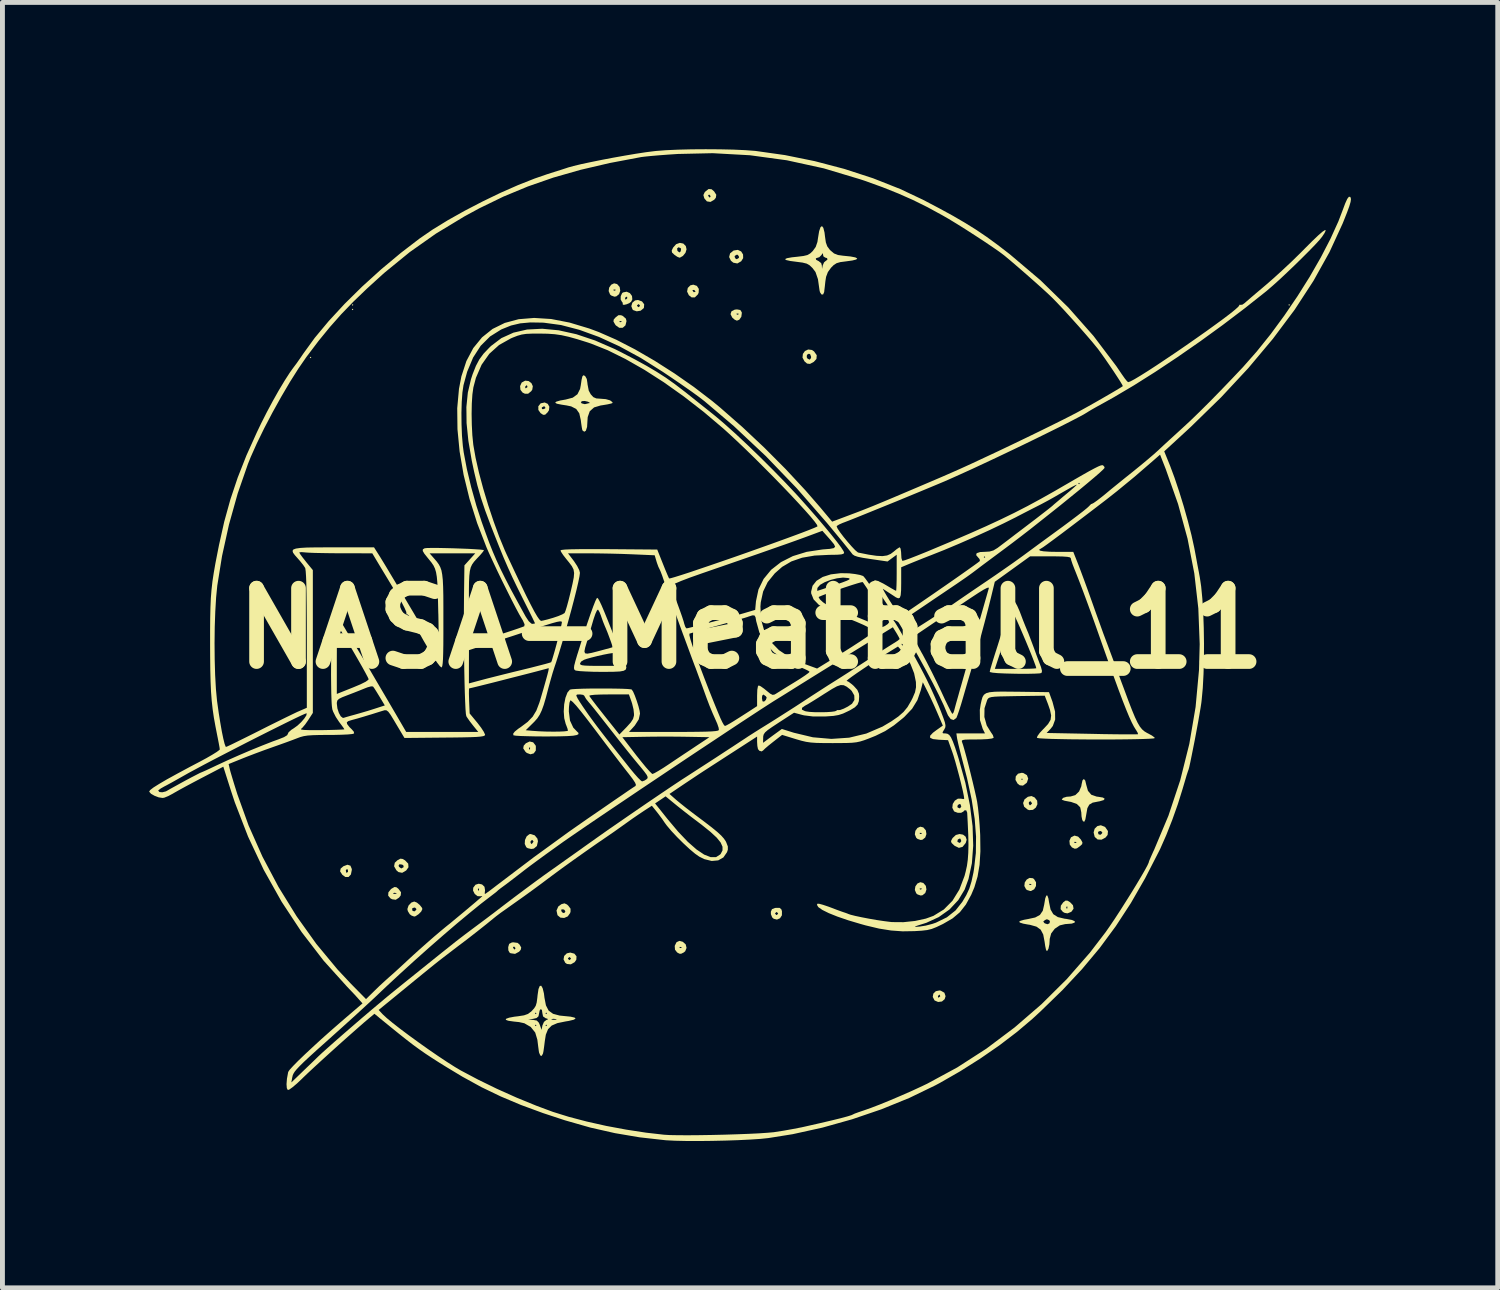
<source format=kicad_pcb>
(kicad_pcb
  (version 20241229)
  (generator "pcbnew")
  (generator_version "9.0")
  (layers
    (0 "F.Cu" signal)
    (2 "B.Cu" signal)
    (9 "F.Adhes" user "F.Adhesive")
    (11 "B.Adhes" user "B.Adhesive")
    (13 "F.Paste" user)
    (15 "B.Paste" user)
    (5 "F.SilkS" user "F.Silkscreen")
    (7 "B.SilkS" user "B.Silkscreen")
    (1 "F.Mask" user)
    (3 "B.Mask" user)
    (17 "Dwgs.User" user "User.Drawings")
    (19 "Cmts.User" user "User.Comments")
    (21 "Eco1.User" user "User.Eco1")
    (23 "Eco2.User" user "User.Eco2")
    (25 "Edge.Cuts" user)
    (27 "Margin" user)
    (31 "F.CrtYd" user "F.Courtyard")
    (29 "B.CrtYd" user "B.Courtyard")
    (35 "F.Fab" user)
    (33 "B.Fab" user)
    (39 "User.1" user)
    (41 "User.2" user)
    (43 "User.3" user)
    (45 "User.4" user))
  (footprint "NASA-Meatball_11"
    (layer "F.Cu")
    (at 12.301 9.793)
    (property "Reference" "NASA-Meatball_11" (at 0 0 0) (layer "F.SilkS") (effects (font (size 1.5 1.5) (thickness 0.3))))
    (attr board_only exclude_from_pos_files exclude_from_bom)
    (fp_poly (pts (xy -8.988 -5.537) (xy -9.004 -5.522) (xy -9.019 -5.537) (xy -9.004 -5.552)) (stroke (width 0) (type solid)) (fill yes) (layer "F.SilkS"))
    (fp_poly (pts (xy -8.129 -6.611) (xy -8.145 -6.595) (xy -8.16 -6.611) (xy -8.145 -6.626)) (stroke (width 0) (type solid)) (fill yes) (layer "F.SilkS"))
    (fp_poly (pts (xy -8.129 -6.519) (xy -8.145 -6.503) (xy -8.16 -6.519) (xy -8.145 -6.534)) (stroke (width 0) (type solid)) (fill yes) (layer "F.SilkS"))
    (fp_poly (pts (xy 2.73 0.598) (xy 2.715 0.614) (xy 2.7 0.598) (xy 2.715 0.583)) (stroke (width 0) (type solid)) (fill yes) (layer "F.SilkS"))
    (fp_poly (pts (xy 11.013 -6.611) (xy 10.997 -6.595) (xy 10.982 -6.611) (xy 10.997 -6.626)) (stroke (width 0) (type solid)) (fill yes) (layer "F.SilkS"))
    (fp_poly (pts (xy 5.565 2.957) (xy 5.638 3) (xy 5.664 3.07) (xy 5.639 3.148) (xy 5.627 3.162) (xy 5.557 3.214) (xy 5.491 3.207) (xy 5.447 3.173) (xy 5.404 3.097) (xy 5.405 3.083) (xy 5.522 3.083) (xy 5.537 3.098) (xy 5.552 3.083) (xy 5.537 3.068) (xy 5.522 3.083) (xy 5.405 3.083) (xy 5.41 3.024) (xy 5.456 2.97) (xy 5.533 2.952)) (stroke (width 0) (type solid)) (fill yes) (layer "F.SilkS"))
    (fp_poly (pts (xy -8.189 4.85) (xy -8.161 4.917) (xy -8.16 4.936) (xy -8.179 5.03) (xy -8.227 5.081) (xy -8.292 5.082) (xy -8.355 5.036) (xy -8.4 4.966) (xy -8.397 4.952) (xy -8.283 4.952) (xy -8.272 4.997) (xy -8.246 4.983) (xy -8.238 4.972) (xy -8.242 4.932) (xy -8.251 4.924) (xy -8.278 4.931) (xy -8.283 4.952) (xy -8.397 4.952) (xy -8.388 4.909) (xy -8.333 4.862) (xy -8.25 4.831)) (stroke (width 0) (type solid)) (fill yes) (layer "F.SilkS"))
    (fp_poly (pts (xy -4.454 2.329) (xy -4.404 2.393) (xy -4.399 2.411) (xy -4.4 2.497) (xy -4.442 2.555) (xy -4.509 2.574) (xy -4.584 2.546) (xy -4.612 2.521) (xy -4.656 2.454) (xy -4.54 2.454) (xy -4.529 2.479) (xy -4.52 2.475) (xy -4.516 2.438) (xy -4.52 2.434) (xy -4.538 2.438) (xy -4.54 2.454) (xy -4.656 2.454) (xy -4.657 2.454) (xy -4.647 2.397) (xy -4.604 2.349) (xy -4.527 2.312)) (stroke (width 0) (type solid)) (fill yes) (layer "F.SilkS"))
    (fp_poly (pts (xy -2.738 -7.037) (xy -2.686 -6.977) (xy -2.674 -6.901) (xy -2.698 -6.831) (xy -2.754 -6.786) (xy -2.792 -6.779) (xy -2.856 -6.802) (xy -2.882 -6.824) (xy -2.911 -6.894) (xy -2.907 -6.923) (xy -2.812 -6.923) (xy -2.808 -6.904) (xy -2.792 -6.902) (xy -2.766 -6.913) (xy -2.771 -6.923) (xy -2.808 -6.926) (xy -2.812 -6.923) (xy -2.907 -6.923) (xy -2.9 -6.966) (xy -2.859 -7.024) (xy -2.8 -7.052)) (stroke (width 0) (type solid)) (fill yes) (layer "F.SilkS"))
    (fp_poly (pts (xy -0.22 -6.507) (xy -0.192 -6.463) (xy -0.189 -6.448) (xy -0.199 -6.369) (xy -0.241 -6.308) (xy -0.29 -6.289) (xy -0.337 -6.31) (xy -0.385 -6.352) (xy -0.42 -6.422) (xy -0.417 -6.432) (xy -0.297 -6.432) (xy -0.292 -6.414) (xy -0.276 -6.411) (xy -0.251 -6.423) (xy -0.256 -6.432) (xy -0.292 -6.435) (xy -0.297 -6.432) (xy -0.417 -6.432) (xy -0.401 -6.48) (xy -0.335 -6.514) (xy -0.288 -6.519)) (stroke (width 0) (type solid)) (fill yes) (layer "F.SilkS"))
    (fp_poly (pts (xy 3.52 4.068) (xy 3.572 4.128) (xy 3.584 4.204) (xy 3.56 4.274) (xy 3.504 4.319) (xy 3.466 4.325) (xy 3.402 4.303) (xy 3.376 4.281) (xy 3.347 4.211) (xy 3.351 4.182) (xy 3.446 4.182) (xy 3.45 4.2) (xy 3.466 4.203) (xy 3.492 4.191) (xy 3.487 4.182) (xy 3.45 4.179) (xy 3.446 4.182) (xy 3.351 4.182) (xy 3.358 4.138) (xy 3.399 4.08) (xy 3.458 4.053)) (stroke (width 0) (type solid)) (fill yes) (layer "F.SilkS"))
    (fp_poly (pts (xy 3.52 5.203) (xy 3.572 5.263) (xy 3.584 5.339) (xy 3.56 5.409) (xy 3.504 5.454) (xy 3.466 5.46) (xy 3.402 5.438) (xy 3.376 5.416) (xy 3.347 5.346) (xy 3.351 5.317) (xy 3.446 5.317) (xy 3.45 5.335) (xy 3.466 5.338) (xy 3.492 5.326) (xy 3.487 5.317) (xy 3.45 5.314) (xy 3.446 5.317) (xy 3.351 5.317) (xy 3.358 5.273) (xy 3.399 5.215) (xy 3.458 5.188)) (stroke (width 0) (type solid)) (fill yes) (layer "F.SilkS"))
    (fp_poly (pts (xy -7.247 5.292) (xy -7.208 5.323) (xy -7.155 5.393) (xy -7.161 5.459) (xy -7.196 5.504) (xy -7.262 5.547) (xy -7.336 5.537) (xy -7.37 5.519) (xy -7.417 5.464) (xy -7.415 5.422) (xy -7.318 5.422) (xy -7.288 5.427) (xy -7.248 5.422) (xy -7.248 5.411) (xy -7.289 5.404) (xy -7.307 5.409) (xy -7.318 5.422) (xy -7.415 5.422) (xy -7.413 5.395) (xy -7.36 5.329) (xy -7.346 5.319) (xy -7.288 5.286)) (stroke (width 0) (type solid)) (fill yes) (layer "F.SilkS"))
    (fp_poly (pts (xy -3.612 6.648) (xy -3.568 6.702) (xy -3.572 6.773) (xy -3.607 6.823) (xy -3.684 6.867) (xy -3.763 6.859) (xy -3.798 6.835) (xy -3.833 6.765) (xy -3.83 6.749) (xy -3.743 6.749) (xy -3.719 6.779) (xy -3.712 6.779) (xy -3.682 6.756) (xy -3.681 6.749) (xy -3.705 6.719) (xy -3.712 6.718) (xy -3.742 6.741) (xy -3.743 6.749) (xy -3.83 6.749) (xy -3.82 6.695) (xy -3.766 6.642) (xy -3.696 6.626)) (stroke (width 0) (type solid)) (fill yes) (layer "F.SilkS"))
    (fp_poly (pts (xy -2.657 -6.4) (xy -2.624 -6.387) (xy -2.559 -6.331) (xy -2.546 -6.28) (xy -2.568 -6.192) (xy -2.623 -6.144) (xy -2.694 -6.143) (xy -2.764 -6.192) (xy -2.78 -6.214) (xy -2.813 -6.273) (xy -2.812 -6.278) (xy -2.689 -6.278) (xy -2.685 -6.26) (xy -2.669 -6.258) (xy -2.644 -6.269) (xy -2.648 -6.278) (xy -2.685 -6.282) (xy -2.689 -6.278) (xy -2.812 -6.278) (xy -2.807 -6.313) (xy -2.767 -6.358) (xy -2.711 -6.401)) (stroke (width 0) (type solid)) (fill yes) (layer "F.SilkS"))
    (fp_poly (pts (xy -1.395 6.406) (xy -1.336 6.459) (xy -1.319 6.531) (xy -1.346 6.599) (xy -1.378 6.625) (xy -1.431 6.651) (xy -1.465 6.649) (xy -1.511 6.624) (xy -1.555 6.568) (xy -1.559 6.514) (xy -1.462 6.514) (xy -1.458 6.532) (xy -1.442 6.534) (xy -1.417 6.523) (xy -1.421 6.514) (xy -1.458 6.51) (xy -1.462 6.514) (xy -1.559 6.514) (xy -1.561 6.49) (xy -1.528 6.421) (xy -1.518 6.411) (xy -1.464 6.387)) (stroke (width 0) (type solid)) (fill yes) (layer "F.SilkS"))
    (fp_poly (pts (xy -1.108 -7) (xy -1.068 -6.938) (xy -1.072 -6.859) (xy -1.088 -6.825) (xy -1.149 -6.765) (xy -1.216 -6.765) (xy -1.272 -6.809) (xy -1.308 -6.884) (xy -1.304 -6.904) (xy -1.196 -6.904) (xy -1.174 -6.873) (xy -1.166 -6.871) (xy -1.136 -6.882) (xy -1.135 -6.885) (xy -1.157 -6.911) (xy -1.166 -6.918) (xy -1.194 -6.915) (xy -1.196 -6.904) (xy -1.304 -6.904) (xy -1.294 -6.958) (xy -1.241 -7.011) (xy -1.181 -7.025)) (stroke (width 0) (type solid)) (fill yes) (layer "F.SilkS"))
    (fp_poly (pts (xy 5.756 5.106) (xy 5.782 5.122) (xy 5.824 5.189) (xy 5.823 5.266) (xy 5.787 5.332) (xy 5.723 5.367) (xy 5.706 5.368) (xy 5.641 5.348) (xy 5.62 5.332) (xy 5.585 5.265) (xy 5.59 5.225) (xy 5.685 5.225) (xy 5.69 5.243) (xy 5.706 5.246) (xy 5.731 5.234) (xy 5.726 5.225) (xy 5.69 5.222) (xy 5.685 5.225) (xy 5.59 5.225) (xy 5.593 5.194) (xy 5.632 5.135) (xy 5.69 5.1)) (stroke (width 0) (type solid)) (fill yes) (layer "F.SilkS"))
    (fp_poly (pts (xy 6.469 5.566) (xy 6.518 5.595) (xy 6.579 5.659) (xy 6.591 5.729) (xy 6.551 5.787) (xy 6.536 5.797) (xy 6.467 5.825) (xy 6.409 5.815) (xy 6.373 5.795) (xy 6.326 5.739) (xy 6.328 5.706) (xy 6.442 5.706) (xy 6.453 5.731) (xy 6.462 5.726) (xy 6.466 5.69) (xy 6.462 5.685) (xy 6.444 5.69) (xy 6.442 5.706) (xy 6.328 5.706) (xy 6.331 5.667) (xy 6.38 5.599) (xy 6.428 5.563)) (stroke (width 0) (type solid)) (fill yes) (layer "F.SilkS"))
    (fp_poly (pts (xy -7.121 4.713) (xy -7.073 4.741) (xy -7.008 4.808) (xy -7.002 4.882) (xy -7.05 4.949) (xy -7.131 4.996) (xy -7.207 4.981) (xy -7.25 4.944) (xy -7.296 4.863) (xy -7.294 4.85) (xy -7.205 4.85) (xy -7.195 4.875) (xy -7.15 4.907) (xy -7.105 4.883) (xy -7.101 4.877) (xy -7.108 4.842) (xy -7.132 4.828) (xy -7.187 4.821) (xy -7.205 4.85) (xy -7.294 4.85) (xy -7.282 4.79) (xy -7.226 4.738) (xy -7.168 4.707)) (stroke (width 0) (type solid)) (fill yes) (layer "F.SilkS"))
    (fp_poly (pts (xy -4.156 -4.589) (xy -4.123 -4.531) (xy -4.131 -4.458) (xy -4.159 -4.415) (xy -4.209 -4.367) (xy -4.25 -4.365) (xy -4.302 -4.399) (xy -4.348 -4.464) (xy -4.348 -4.509) (xy -4.279 -4.509) (xy -4.272 -4.483) (xy -4.25 -4.479) (xy -4.209 -4.495) (xy -4.203 -4.509) (xy -4.225 -4.539) (xy -4.232 -4.54) (xy -4.273 -4.518) (xy -4.279 -4.509) (xy -4.348 -4.509) (xy -4.349 -4.538) (xy -4.304 -4.596) (xy -4.297 -4.6) (xy -4.218 -4.617)) (stroke (width 0) (type solid)) (fill yes) (layer "F.SilkS"))
    (fp_poly (pts (xy -2.229 -6.682) (xy -2.185 -6.624) (xy -2.19 -6.554) (xy -2.197 -6.542) (xy -2.257 -6.493) (xy -2.337 -6.48) (xy -2.408 -6.504) (xy -2.423 -6.518) (xy -2.448 -6.587) (xy -2.445 -6.595) (xy -2.331 -6.595) (xy -2.308 -6.566) (xy -2.301 -6.565) (xy -2.271 -6.588) (xy -2.27 -6.595) (xy -2.293 -6.625) (xy -2.301 -6.626) (xy -2.331 -6.603) (xy -2.331 -6.595) (xy -2.445 -6.595) (xy -2.427 -6.656) (xy -2.371 -6.703) (xy -2.311 -6.712)) (stroke (width 0) (type solid)) (fill yes) (layer "F.SilkS"))
    (fp_poly (pts (xy -0.807 -8.975) (xy -0.756 -8.932) (xy -0.711 -8.862) (xy -0.721 -8.8) (xy -0.754 -8.76) (xy -0.83 -8.716) (xy -0.903 -8.727) (xy -0.956 -8.789) (xy -0.972 -8.847) (xy -0.879 -8.847) (xy -0.874 -8.835) (xy -0.847 -8.806) (xy -0.842 -8.804) (xy -0.829 -8.828) (xy -0.828 -8.835) (xy -0.852 -8.864) (xy -0.861 -8.865) (xy -0.879 -8.847) (xy -0.972 -8.847) (xy -0.975 -8.856) (xy -0.949 -8.912) (xy -0.936 -8.927) (xy -0.868 -8.98)) (stroke (width 0) (type solid)) (fill yes) (layer "F.SilkS"))
    (fp_poly (pts (xy -0.203 -7.704) (xy -0.164 -7.642) (xy -0.162 -7.567) (xy -0.202 -7.503) (xy -0.281 -7.458) (xy -0.363 -7.474) (xy -0.412 -7.514) (xy -0.449 -7.59) (xy -0.448 -7.592) (xy -0.337 -7.592) (xy -0.313 -7.552) (xy -0.291 -7.546) (xy -0.251 -7.571) (xy -0.245 -7.592) (xy -0.27 -7.633) (xy -0.291 -7.638) (xy -0.332 -7.614) (xy -0.337 -7.592) (xy -0.448 -7.592) (xy -0.429 -7.665) (xy -0.357 -7.723) (xy -0.356 -7.723) (xy -0.271 -7.736)) (stroke (width 0) (type solid)) (fill yes) (layer "F.SilkS"))
    (fp_poly (pts (xy 1.243 -5.69) (xy 1.287 -5.661) (xy 1.342 -5.583) (xy 1.336 -5.507) (xy 1.282 -5.447) (xy 1.204 -5.405) (xy 1.144 -5.412) (xy 1.091 -5.458) (xy 1.051 -5.535) (xy 1.052 -5.543) (xy 1.137 -5.543) (xy 1.155 -5.512) (xy 1.199 -5.492) (xy 1.225 -5.526) (xy 1.227 -5.552) (xy 1.208 -5.602) (xy 1.181 -5.614) (xy 1.142 -5.591) (xy 1.137 -5.543) (xy 1.052 -5.543) (xy 1.059 -5.61) (xy 1.101 -5.669) (xy 1.167 -5.7)) (stroke (width 0) (type solid)) (fill yes) (layer "F.SilkS"))
    (fp_poly (pts (xy 3.877 7.405) (xy 3.951 7.447) (xy 3.975 7.518) (xy 3.956 7.579) (xy 3.901 7.626) (xy 3.823 7.636) (xy 3.753 7.606) (xy 3.749 7.602) (xy 3.713 7.533) (xy 3.716 7.516) (xy 3.819 7.516) (xy 3.822 7.544) (xy 3.833 7.546) (xy 3.864 7.524) (xy 3.865 7.516) (xy 3.855 7.486) (xy 3.852 7.485) (xy 3.825 7.507) (xy 3.819 7.516) (xy 3.716 7.516) (xy 3.725 7.465) (xy 3.775 7.416) (xy 3.852 7.4)) (stroke (width 0) (type solid)) (fill yes) (layer "F.SilkS"))
    (fp_poly (pts (xy 5.796 3.456) (xy 5.847 3.521) (xy 5.852 3.595) (xy 5.82 3.663) (xy 5.761 3.709) (xy 5.684 3.715) (xy 5.653 3.704) (xy 5.581 3.645) (xy 5.561 3.574) (xy 5.675 3.574) (xy 5.691 3.612) (xy 5.708 3.614) (xy 5.74 3.582) (xy 5.741 3.574) (xy 5.717 3.538) (xy 5.708 3.534) (xy 5.68 3.548) (xy 5.675 3.574) (xy 5.561 3.574) (xy 5.56 3.569) (xy 5.589 3.494) (xy 5.658 3.442) (xy 5.731 3.427)) (stroke (width 0) (type solid)) (fill yes) (layer "F.SilkS"))
    (fp_poly (pts (xy 6.684 4.256) (xy 6.739 4.314) (xy 6.772 4.373) (xy 6.767 4.41) (xy 6.721 4.452) (xy 6.66 4.496) (xy 6.616 4.504) (xy 6.562 4.479) (xy 6.557 4.476) (xy 6.514 4.42) (xy 6.509 4.366) (xy 6.606 4.366) (xy 6.61 4.385) (xy 6.626 4.387) (xy 6.651 4.375) (xy 6.647 4.366) (xy 6.61 4.363) (xy 6.606 4.366) (xy 6.509 4.366) (xy 6.506 4.343) (xy 6.537 4.273) (xy 6.54 4.27) (xy 6.61 4.235)) (stroke (width 0) (type solid)) (fill yes) (layer "F.SilkS"))
    (fp_poly (pts (xy -4.772 6.428) (xy -4.733 6.461) (xy -4.698 6.523) (xy -4.708 6.57) (xy -4.742 6.609) (xy -4.824 6.653) (xy -4.915 6.64) (xy -4.934 6.63) (xy -4.961 6.582) (xy -4.964 6.522) (xy -4.867 6.522) (xy -4.862 6.534) (xy -4.835 6.563) (xy -4.83 6.565) (xy -4.817 6.541) (xy -4.816 6.534) (xy -4.84 6.505) (xy -4.849 6.503) (xy -4.867 6.522) (xy -4.964 6.522) (xy -4.964 6.515) (xy -4.945 6.449) (xy -4.893 6.421) (xy -4.864 6.416)) (stroke (width 0) (type solid)) (fill yes) (layer "F.SilkS"))
    (fp_poly (pts (xy -4.547 -5.055) (xy -4.49 -5.013) (xy -4.461 -4.95) (xy -4.472 -4.879) (xy -4.494 -4.847) (xy -4.558 -4.795) (xy -4.623 -4.796) (xy -4.67 -4.819) (xy -4.714 -4.875) (xy -4.72 -4.939) (xy -4.617 -4.939) (xy -4.614 -4.911) (xy -4.603 -4.908) (xy -4.572 -4.93) (xy -4.571 -4.939) (xy -4.581 -4.969) (xy -4.584 -4.97) (xy -4.61 -4.948) (xy -4.617 -4.939) (xy -4.72 -4.939) (xy -4.721 -4.952) (xy -4.69 -5.022) (xy -4.687 -5.025) (xy -4.617 -5.063)) (stroke (width 0) (type solid)) (fill yes) (layer "F.SilkS"))
    (fp_poly (pts (xy -4.422 4.23) (xy -4.367 4.297) (xy -4.356 4.351) (xy -4.378 4.448) (xy -4.44 4.501) (xy -4.494 4.509) (xy -4.564 4.493) (xy -4.595 4.473) (xy -4.626 4.406) (xy -4.624 4.373) (xy -4.509 4.373) (xy -4.495 4.405) (xy -4.479 4.402) (xy -4.449 4.363) (xy -4.448 4.354) (xy -4.471 4.326) (xy -4.479 4.325) (xy -4.506 4.35) (xy -4.509 4.373) (xy -4.624 4.373) (xy -4.621 4.325) (xy -4.587 4.251) (xy -4.532 4.207) (xy -4.505 4.203)) (stroke (width 0) (type solid)) (fill yes) (layer "F.SilkS"))
    (fp_poly (pts (xy -3.763 5.643) (xy -3.735 5.669) (xy -3.69 5.729) (xy -3.69 5.791) (xy -3.699 5.82) (xy -3.747 5.887) (xy -3.821 5.919) (xy -3.897 5.912) (xy -3.955 5.864) (xy -3.957 5.86) (xy -3.977 5.767) (xy -3.968 5.748) (xy -3.881 5.748) (xy -3.877 5.782) (xy -3.844 5.818) (xy -3.808 5.81) (xy -3.796 5.782) (xy -3.818 5.751) (xy -3.844 5.742) (xy -3.881 5.748) (xy -3.968 5.748) (xy -3.941 5.685) (xy -3.877 5.637) (xy -3.814 5.62)) (stroke (width 0) (type solid)) (fill yes) (layer "F.SilkS"))
    (fp_poly (pts (xy 0.584 5.713) (xy 0.619 5.743) (xy 0.631 5.781) (xy 0.63 5.865) (xy 0.591 5.925) (xy 0.529 5.952) (xy 0.462 5.935) (xy 0.431 5.907) (xy 0.405 5.842) (xy 0.405 5.829) (xy 0.491 5.829) (xy 0.514 5.858) (xy 0.521 5.859) (xy 0.551 5.836) (xy 0.552 5.829) (xy 0.529 5.799) (xy 0.521 5.798) (xy 0.492 5.821) (xy 0.491 5.829) (xy 0.405 5.829) (xy 0.404 5.792) (xy 0.427 5.739) (xy 0.488 5.715) (xy 0.513 5.712)) (stroke (width 0) (type solid)) (fill yes) (layer "F.SilkS"))
    (fp_poly (pts (xy 7.226 4.054) (xy 7.241 4.066) (xy 7.294 4.143) (xy 7.287 4.222) (xy 7.245 4.275) (xy 7.163 4.319) (xy 7.083 4.315) (xy 7.025 4.264) (xy 7.023 4.261) (xy 7.001 4.172) (xy 7.004 4.16) (xy 7.09 4.16) (xy 7.098 4.202) (xy 7.106 4.212) (xy 7.144 4.218) (xy 7.175 4.187) (xy 7.178 4.17) (xy 7.153 4.145) (xy 7.132 4.141) (xy 7.09 4.16) (xy 7.004 4.16) (xy 7.022 4.095) (xy 7.076 4.042) (xy 7.148 4.024)) (stroke (width 0) (type solid)) (fill yes) (layer "F.SilkS"))
    (fp_poly (pts (xy -1.385 -7.865) (xy -1.334 -7.814) (xy -1.319 -7.747) (xy -1.341 -7.676) (xy -1.393 -7.612) (xy -1.453 -7.578) (xy -1.464 -7.577) (xy -1.509 -7.595) (xy -1.569 -7.637) (xy -1.616 -7.682) (xy -1.622 -7.723) (xy -1.602 -7.765) (xy -1.512 -7.765) (xy -1.506 -7.72) (xy -1.5 -7.711) (xy -1.464 -7.683) (xy -1.438 -7.706) (xy -1.431 -7.756) (xy -1.44 -7.772) (xy -1.484 -7.789) (xy -1.512 -7.765) (xy -1.602 -7.765) (xy -1.594 -7.782) (xy -1.532 -7.852) (xy -1.457 -7.879)) (stroke (width 0) (type solid)) (fill yes) (layer "F.SilkS"))
    (fp_poly (pts (xy 4.332 4.216) (xy 4.385 4.257) (xy 4.406 4.321) (xy 4.387 4.386) (xy 4.322 4.466) (xy 4.247 4.486) (xy 4.162 4.445) (xy 4.152 4.437) (xy 4.098 4.386) (xy 4.088 4.354) (xy 4.216 4.354) (xy 4.224 4.367) (xy 4.268 4.386) (xy 4.294 4.353) (xy 4.295 4.341) (xy 4.279 4.3) (xy 4.266 4.295) (xy 4.226 4.315) (xy 4.216 4.354) (xy 4.088 4.354) (xy 4.086 4.348) (xy 4.11 4.299) (xy 4.121 4.283) (xy 4.185 4.223) (xy 4.26 4.203)) (stroke (width 0) (type solid)) (fill yes) (layer "F.SilkS"))
    (fp_poly (pts (xy -6.831 5.604) (xy -6.771 5.654) (xy -6.727 5.71) (xy -6.718 5.736) (xy -6.741 5.786) (xy -6.795 5.841) (xy -6.856 5.882) (xy -6.885 5.89) (xy -6.94 5.87) (xy -6.977 5.842) (xy -7.016 5.778) (xy -7.025 5.736) (xy -7.021 5.725) (xy -6.929 5.725) (xy -6.922 5.767) (xy -6.913 5.777) (xy -6.875 5.783) (xy -6.844 5.752) (xy -6.841 5.735) (xy -6.866 5.709) (xy -6.887 5.706) (xy -6.929 5.725) (xy -7.021 5.725) (xy -7.001 5.665) (xy -6.945 5.605) (xy -6.885 5.583)) (stroke (width 0) (type solid)) (fill yes) (layer "F.SilkS"))
    (fp_poly (pts (xy -2.477 -6.852) (xy -2.434 -6.794) (xy -2.427 -6.724) (xy -2.452 -6.675) (xy -2.491 -6.646) (xy -2.547 -6.623) (xy -2.598 -6.612) (xy -2.624 -6.618) (xy -2.621 -6.628) (xy -2.628 -6.664) (xy -2.638 -6.672) (xy -2.665 -6.72) (xy -2.665 -6.749) (xy -2.577 -6.749) (xy -2.566 -6.719) (xy -2.563 -6.718) (xy -2.537 -6.74) (xy -2.531 -6.749) (xy -2.533 -6.777) (xy -2.544 -6.779) (xy -2.576 -6.757) (xy -2.577 -6.749) (xy -2.665 -6.749) (xy -2.664 -6.789) (xy -2.637 -6.85) (xy -2.618 -6.866) (xy -2.543 -6.881)) (stroke (width 0) (type solid)) (fill yes) (layer "F.SilkS"))
    (fp_poly (pts (xy 6.83 3.111) (xy 6.849 3.192) (xy 6.885 3.32) (xy 6.953 3.4) (xy 7.062 3.438) (xy 7.095 3.442) (xy 7.191 3.458) (xy 7.228 3.483) (xy 7.206 3.51) (xy 7.125 3.534) (xy 7.091 3.54) (xy 6.98 3.562) (xy 6.912 3.603) (xy 6.873 3.675) (xy 6.852 3.795) (xy 6.851 3.801) (xy 6.832 3.906) (xy 6.809 3.953) (xy 6.783 3.941) (xy 6.767 3.909) (xy 6.754 3.844) (xy 6.749 3.76) (xy 6.727 3.658) (xy 6.658 3.589) (xy 6.539 3.547) (xy 6.493 3.539) (xy 6.409 3.523) (xy 6.358 3.505) (xy 6.35 3.496) (xy 6.378 3.464) (xy 6.449 3.442) (xy 6.531 3.436) (xy 6.627 3.408) (xy 6.704 3.333) (xy 6.749 3.227) (xy 6.754 3.193) (xy 6.773 3.107) (xy 6.801 3.079)) (stroke (width 0) (type solid)) (fill yes) (layer "F.SilkS"))
    (fp_poly (pts (xy 6.077 5.52) (xy 6.091 5.603) (xy 6.121 5.746) (xy 6.177 5.842) (xy 6.269 5.901) (xy 6.408 5.934) (xy 6.442 5.938) (xy 6.558 5.96) (xy 6.616 5.986) (xy 6.614 6.013) (xy 6.555 6.034) (xy 6.439 6.043) (xy 6.425 6.043) (xy 6.31 6.07) (xy 6.207 6.139) (xy 6.133 6.236) (xy 6.104 6.345) (xy 6.104 6.346) (xy 6.097 6.457) (xy 6.079 6.545) (xy 6.054 6.591) (xy 6.044 6.595) (xy 6.028 6.568) (xy 6.012 6.495) (xy 5.999 6.405) (xy 5.971 6.257) (xy 5.919 6.158) (xy 5.832 6.096) (xy 5.7 6.059) (xy 5.659 6.053) (xy 5.562 6.035) (xy 5.497 6.014) (xy 5.477 5.997) (xy 5.486 5.991) (xy 5.972 5.991) (xy 5.991 6.019) (xy 6.005 6.03) (xy 6.059 6.047) (xy 6.099 6.028) (xy 6.108 5.989) (xy 6.093 5.964) (xy 6.046 5.945) (xy 6.008 5.961) (xy 5.972 5.991) (xy 5.486 5.991) (xy 5.506 5.977) (xy 5.578 5.956) (xy 5.661 5.941) (xy 5.807 5.909) (xy 5.904 5.856) (xy 5.962 5.771) (xy 5.991 5.645) (xy 5.992 5.638) (xy 6.012 5.52) (xy 6.034 5.461) (xy 6.056 5.461)) (stroke (width 0) (type solid)) (fill yes) (layer "F.SilkS"))
    (fp_poly (pts (xy -3.403 -5.164) (xy -3.389 -5.153) (xy -3.358 -5.097) (xy -3.344 -5.007) (xy -3.344 -4.995) (xy -3.318 -4.859) (xy -3.277 -4.784) (xy -3.224 -4.726) (xy -3.164 -4.7) (xy -3.069 -4.693) (xy -3.068 -4.693) (xy -2.969 -4.685) (xy -2.888 -4.662) (xy -2.868 -4.651) (xy -2.829 -4.618) (xy -2.839 -4.602) (xy -2.87 -4.593) (xy -2.936 -4.578) (xy -3.033 -4.562) (xy -3.074 -4.556) (xy -3.209 -4.516) (xy -3.297 -4.438) (xy -3.339 -4.319) (xy -3.344 -4.247) (xy -3.352 -4.117) (xy -3.377 -4.04) (xy -3.409 -4.019) (xy -3.443 -4.043) (xy -3.45 -4.057) (xy -3.46 -4.108) (xy -3.473 -4.196) (xy -3.481 -4.26) (xy -3.512 -4.396) (xy -3.574 -4.484) (xy -3.677 -4.537) (xy -3.773 -4.557) (xy -3.871 -4.572) (xy -3.952 -4.588) (xy -3.97 -4.592) (xy -4.004 -4.612) (xy -3.99 -4.626) (xy -3.48 -4.626) (xy -3.463 -4.599) (xy -3.461 -4.598) (xy -3.401 -4.583) (xy -3.38 -4.586) (xy -3.317 -4.602) (xy -3.303 -4.603) (xy -3.299 -4.614) (xy -3.336 -4.633) (xy -3.4 -4.648) (xy -3.453 -4.644) (xy -3.48 -4.626) (xy -3.99 -4.626) (xy -3.981 -4.634) (xy -3.903 -4.657) (xy -3.789 -4.677) (xy -3.645 -4.715) (xy -3.549 -4.785) (xy -3.495 -4.894) (xy -3.481 -4.966) (xy -3.464 -5.083) (xy -3.448 -5.149) (xy -3.429 -5.173)) (stroke (width 0) (type solid)) (fill yes) (layer "F.SilkS"))
    (fp_poly (pts (xy 5.395 -0.54) (xy 5.438 -0.464) (xy 5.488 -0.351) (xy 5.511 -0.291) (xy 5.559 -0.164) (xy 5.603 -0.054) (xy 5.635 0.024) (xy 5.644 0.046) (xy 5.667 0.1) (xy 5.704 0.197) (xy 5.75 0.319) (xy 5.78 0.399) (xy 5.829 0.535) (xy 5.876 0.66) (xy 5.912 0.756) (xy 5.925 0.789) (xy 5.946 0.871) (xy 5.935 0.912) (xy 5.896 0.92) (xy 5.806 0.925) (xy 5.676 0.928) (xy 5.518 0.929) (xy 5.391 0.927) (xy 5.195 0.922) (xy 5.041 0.915) (xy 4.935 0.905) (xy 4.882 0.893) (xy 4.878 0.888) (xy 4.886 0.848) (xy 4.892 0.828) (xy 4.982 0.828) (xy 5.405 0.828) (xy 5.558 0.827) (xy 5.687 0.825) (xy 5.78 0.821) (xy 5.825 0.816) (xy 5.829 0.815) (xy 5.818 0.773) (xy 5.787 0.689) (xy 5.743 0.573) (xy 5.687 0.435) (xy 5.625 0.285) (xy 5.561 0.134) (xy 5.499 -0.01) (xy 5.443 -0.136) (xy 5.398 -0.233) (xy 5.367 -0.293) (xy 5.356 -0.306) (xy 5.341 -0.263) (xy 5.311 -0.173) (xy 5.269 -0.044) (xy 5.217 0.113) (xy 5.161 0.284) (xy 4.982 0.828) (xy 4.892 0.828) (xy 4.911 0.763) (xy 4.946 0.645) (xy 4.983 0.528) (xy 5.037 0.36) (xy 5.099 0.161) (xy 5.162 -0.042) (xy 5.206 -0.184) (xy 5.263 -0.357) (xy 5.31 -0.48) (xy 5.346 -0.551) (xy 5.366 -0.568)) (stroke (width 0) (type solid)) (fill yes) (layer "F.SilkS"))
    (fp_poly (pts (xy 1.477 -8.186) (xy 1.501 -8.091) (xy 1.511 -8.007) (xy 1.528 -7.889) (xy 1.557 -7.808) (xy 1.608 -7.739) (xy 1.622 -7.725) (xy 1.695 -7.663) (xy 1.776 -7.631) (xy 1.877 -7.617) (xy 2.033 -7.601) (xy 2.131 -7.582) (xy 2.17 -7.561) (xy 2.149 -7.539) (xy 2.069 -7.519) (xy 1.941 -7.501) (xy 1.824 -7.486) (xy 1.748 -7.464) (xy 1.689 -7.426) (xy 1.635 -7.372) (xy 1.57 -7.283) (xy 1.533 -7.185) (xy 1.518 -7.09) (xy 1.507 -6.987) (xy 1.497 -6.906) (xy 1.494 -6.874) (xy 1.472 -6.824) (xy 1.439 -6.824) (xy 1.409 -6.869) (xy 1.399 -6.908) (xy 1.385 -7.008) (xy 1.369 -7.121) (xy 1.367 -7.136) (xy 1.317 -7.282) (xy 1.255 -7.365) (xy 1.196 -7.421) (xy 1.136 -7.455) (xy 1.052 -7.476) (xy 0.945 -7.49) (xy 0.8 -7.509) (xy 0.717 -7.528) (xy 0.694 -7.547) (xy 0.728 -7.563) (xy 1.323 -7.563) (xy 1.329 -7.534) (xy 1.378 -7.507) (xy 1.38 -7.507) (xy 1.433 -7.465) (xy 1.446 -7.419) (xy 1.45 -7.347) (xy 1.464 -7.418) (xy 1.491 -7.48) (xy 1.521 -7.506) (xy 1.561 -7.537) (xy 1.553 -7.568) (xy 1.518 -7.577) (xy 1.479 -7.602) (xy 1.472 -7.631) (xy 1.468 -7.668) (xy 1.452 -7.652) (xy 1.439 -7.631) (xy 1.394 -7.586) (xy 1.364 -7.577) (xy 1.323 -7.563) (xy 0.728 -7.563) (xy 0.734 -7.566) (xy 0.834 -7.584) (xy 0.948 -7.596) (xy 1.07 -7.611) (xy 1.15 -7.63) (xy 1.208 -7.663) (xy 1.26 -7.712) (xy 1.321 -7.796) (xy 1.356 -7.898) (xy 1.368 -7.979) (xy 1.391 -8.118) (xy 1.419 -8.199) (xy 1.449 -8.222)) (stroke (width 0) (type solid)) (fill yes) (layer "F.SilkS"))
    (fp_poly (pts (xy -3.125 -0.606) (xy -3.096 -0.555) (xy -3.054 -0.466) (xy -2.998 -0.334) (xy -2.925 -0.155) (xy -2.834 0.076) (xy -2.804 0.153) (xy -2.744 0.306) (xy -2.685 0.452) (xy -2.634 0.575) (xy -2.602 0.65) (xy -2.566 0.734) (xy -2.549 0.796) (xy -2.559 0.839) (xy -2.601 0.866) (xy -2.682 0.881) (xy -2.809 0.887) (xy -2.988 0.889) (xy -3.059 0.889) (xy -3.228 0.887) (xy -3.378 0.881) (xy -3.497 0.874) (xy -3.574 0.864) (xy -3.593 0.859) (xy -3.613 0.841) (xy -3.62 0.81) (xy -3.614 0.756) (xy -3.604 0.72) (xy -3.497 0.72) (xy -3.489 0.739) (xy -3.458 0.753) (xy -3.395 0.761) (xy -3.292 0.765) (xy -3.139 0.767) (xy -3.084 0.767) (xy -2.672 0.767) (xy -2.727 0.644) (xy -2.764 0.565) (xy -2.792 0.513) (xy -2.798 0.505) (xy -2.833 0.505) (xy -2.911 0.517) (xy -3.019 0.538) (xy -3.139 0.565) (xy -3.258 0.595) (xy -3.359 0.623) (xy -3.413 0.642) (xy -3.474 0.679) (xy -3.497 0.72) (xy -3.604 0.72) (xy -3.591 0.668) (xy -3.552 0.536) (xy -3.535 0.484) (xy -3.531 0.47) (xy -3.406 0.47) (xy -3.394 0.509) (xy -3.347 0.517) (xy -3.259 0.501) (xy -3.119 0.465) (xy -3.085 0.456) (xy -2.971 0.425) (xy -2.883 0.401) (xy -2.835 0.387) (xy -2.831 0.385) (xy -2.837 0.356) (xy -2.86 0.286) (xy -2.894 0.192) (xy -2.933 0.088) (xy -2.972 -0.007) (xy -2.989 -0.046) (xy -3.027 -0.14) (xy -3.064 -0.245) (xy -3.066 -0.253) (xy -3.096 -0.33) (xy -3.125 -0.379) (xy -3.13 -0.384) (xy -3.151 -0.365) (xy -3.181 -0.3) (xy -3.215 -0.202) (xy -3.223 -0.177) (xy -3.266 -0.029) (xy -3.316 0.14) (xy -3.358 0.284) (xy -3.392 0.397) (xy -3.406 0.47) (xy -3.531 0.47) (xy -3.441 0.183) (xy -3.357 -0.075) (xy -3.285 -0.286) (xy -3.226 -0.449) (xy -3.182 -0.56) (xy -3.153 -0.617) (xy -3.144 -0.624)) (stroke (width 0) (type solid)) (fill yes) (layer "F.SilkS"))
    (fp_poly (pts (xy -4.26 7.355) (xy -4.234 7.46) (xy -4.223 7.549) (xy -4.193 7.705) (xy -4.138 7.812) (xy -4.047 7.878) (xy -3.911 7.914) (xy -3.831 7.922) (xy -3.69 7.936) (xy -3.608 7.955) (xy -3.587 7.976) (xy -3.626 7.999) (xy -3.726 8.023) (xy -3.793 8.034) (xy -3.959 8.068) (xy -4.075 8.118) (xy -4.15 8.193) (xy -4.195 8.304) (xy -4.216 8.436) (xy -4.23 8.548) (xy -4.243 8.641) (xy -4.253 8.689) (xy -4.279 8.738) (xy -4.308 8.73) (xy -4.333 8.671) (xy -4.338 8.643) (xy -4.351 8.546) (xy -4.365 8.433) (xy -4.368 8.408) (xy -4.412 8.261) (xy -4.504 8.146) (xy -4.56 8.114) (xy -4.417 8.114) (xy -4.402 8.129) (xy -4.387 8.114) (xy -4.402 8.099) (xy -4.417 8.114) (xy -4.56 8.114) (xy -4.634 8.071) (xy -4.743 8.047) (xy -4.849 8.036) (xy -4.941 8.023) (xy -4.968 8.018) (xy -5.015 8) (xy -5.014 7.998) (xy -4.555 7.998) (xy -4.454 8.002) (xy -4.379 8.016) (xy -4.337 8.06) (xy -4.317 8.106) (xy -4.282 8.206) (xy -4.265 8.117) (xy -4.264 8.114) (xy -4.203 8.114) (xy -4.187 8.129) (xy -4.172 8.114) (xy -4.187 8.099) (xy -4.203 8.114) (xy -4.264 8.114) (xy -4.233 8.043) (xy -4.189 8.007) (xy -4.161 7.995) (xy -4.084 7.995) (xy -4.043 8) (xy -4.034 8.001) (xy -3.982 7.997) (xy -3.977 7.988) (xy -3.98 7.986) (xy -4.041 7.98) (xy -4.072 7.985) (xy -4.084 7.995) (xy -4.161 7.995) (xy -4.149 7.99) (xy -4.165 7.977) (xy -4.197 7.969) (xy -4.252 7.931) (xy -4.264 7.873) (xy -4.265 7.868) (xy -4.203 7.868) (xy -4.187 7.884) (xy -4.172 7.868) (xy -4.187 7.853) (xy -4.203 7.868) (xy -4.265 7.868) (xy -4.275 7.801) (xy -4.298 7.78) (xy -4.322 7.812) (xy -4.331 7.86) (xy -4.346 7.93) (xy -4.385 7.964) (xy -4.448 7.979) (xy -4.555 7.998) (xy -5.014 7.998) (xy -5.006 7.979) (xy -4.945 7.957) (xy -4.839 7.937) (xy -4.762 7.928) (xy -4.641 7.909) (xy -4.559 7.88) (xy -4.544 7.868) (xy -4.417 7.868) (xy -4.402 7.884) (xy -4.387 7.868) (xy -4.402 7.853) (xy -4.417 7.868) (xy -4.544 7.868) (xy -4.495 7.832) (xy -4.485 7.822) (xy -4.433 7.765) (xy -4.401 7.713) (xy -4.382 7.648) (xy -4.369 7.55) (xy -4.363 7.492) (xy -4.345 7.371) (xy -4.319 7.309) (xy -4.289 7.304)) (stroke (width 0) (type solid)) (fill yes) (layer "F.SilkS"))
    (fp_poly (pts (xy -0.636 -9.791) (xy -0.362 -9.785) (xy -0.118 -9.774) (xy 0.081 -9.759) (xy 0.092 -9.758) (xy 0.693 -9.673) (xy 1.303 -9.549) (xy 1.908 -9.39) (xy 2.494 -9.199) (xy 3.048 -8.98) (xy 3.516 -8.759) (xy 3.843 -8.587) (xy 4.125 -8.433) (xy 4.374 -8.288) (xy 4.602 -8.146) (xy 4.819 -7.999) (xy 5.038 -7.839) (xy 5.269 -7.661) (xy 5.292 -7.643) (xy 5.915 -7.115) (xy 6.484 -6.559) (xy 7 -5.975) (xy 7.464 -5.361) (xy 7.578 -5.193) (xy 7.637 -5.109) (xy 7.684 -5.051) (xy 7.707 -5.032) (xy 7.753 -5.048) (xy 7.841 -5.095) (xy 7.964 -5.169) (xy 8.117 -5.265) (xy 8.292 -5.379) (xy 8.485 -5.508) (xy 8.689 -5.645) (xy 8.897 -5.788) (xy 9.103 -5.932) (xy 9.302 -6.072) (xy 9.486 -6.205) (xy 9.65 -6.325) (xy 9.787 -6.429) (xy 9.891 -6.513) (xy 9.957 -6.572) (xy 9.977 -6.601) (xy 9.987 -6.617) (xy 9.999 -6.612) (xy 10.041 -6.616) (xy 10.087 -6.648) (xy 10.13 -6.686) (xy 10.21 -6.755) (xy 10.319 -6.848) (xy 10.446 -6.955) (xy 10.525 -7.022) (xy 10.681 -7.158) (xy 10.861 -7.322) (xy 11.049 -7.498) (xy 11.225 -7.67) (xy 11.311 -7.757) (xy 11.47 -7.916) (xy 11.594 -8.034) (xy 11.682 -8.11) (xy 11.732 -8.142) (xy 11.745 -8.132) (xy 11.719 -8.077) (xy 11.671 -8.005) (xy 11.617 -7.938) (xy 11.525 -7.838) (xy 11.404 -7.713) (xy 11.263 -7.572) (xy 11.11 -7.422) (xy 10.954 -7.273) (xy 10.803 -7.131) (xy 10.665 -7.007) (xy 10.549 -6.907) (xy 10.529 -6.89) (xy 10.095 -6.546) (xy 9.642 -6.202) (xy 9.179 -5.866) (xy 8.715 -5.544) (xy 8.261 -5.242) (xy 7.825 -4.967) (xy 7.416 -4.725) (xy 7.194 -4.601) (xy 7.074 -4.535) (xy 6.966 -4.474) (xy 6.889 -4.428) (xy 6.871 -4.416) (xy 6.798 -4.372) (xy 6.675 -4.306) (xy 6.511 -4.221) (xy 6.312 -4.12) (xy 6.084 -4.007) (xy 5.836 -3.885) (xy 5.573 -3.757) (xy 5.302 -3.627) (xy 5.031 -3.498) (xy 4.767 -3.374) (xy 4.516 -3.257) (xy 4.285 -3.152) (xy 4.082 -3.061) (xy 3.957 -3.006) (xy 3.812 -2.945) (xy 3.632 -2.87) (xy 3.425 -2.784) (xy 3.202 -2.692) (xy 2.97 -2.596) (xy 2.738 -2.502) (xy 2.516 -2.412) (xy 2.312 -2.329) (xy 2.136 -2.258) (xy 1.995 -2.202) (xy 1.899 -2.165) (xy 1.879 -2.158) (xy 1.801 -2.124) (xy 1.754 -2.094) (xy 1.749 -2.084) (xy 1.768 -2.04) (xy 1.819 -1.964) (xy 1.891 -1.869) (xy 1.974 -1.768) (xy 2.056 -1.674) (xy 2.128 -1.598) (xy 2.179 -1.555) (xy 2.191 -1.549) (xy 2.401 -1.507) (xy 2.563 -1.483) (xy 2.686 -1.477) (xy 2.779 -1.49) (xy 2.853 -1.522) (xy 2.909 -1.564) (xy 2.977 -1.62) (xy 3.027 -1.653) (xy 3.039 -1.657) (xy 3.056 -1.629) (xy 3.066 -1.56) (xy 3.068 -1.518) (xy 3.073 -1.436) (xy 3.088 -1.387) (xy 3.096 -1.38) (xy 3.145 -1.393) (xy 3.247 -1.43) (xy 3.401 -1.49) (xy 3.604 -1.572) (xy 3.854 -1.677) (xy 4.08 -1.772) (xy 4.461 -1.936) (xy 4.797 -2.085) (xy 5.099 -2.225) (xy 5.379 -2.361) (xy 5.65 -2.5) (xy 5.923 -2.648) (xy 6.211 -2.81) (xy 6.371 -2.903) (xy 6.47 -2.96) (xy 6.687 -2.96) (xy 6.703 -2.945) (xy 6.718 -2.96) (xy 6.703 -2.976) (xy 6.687 -2.96) (xy 6.47 -2.96) (xy 6.597 -3.034) (xy 6.776 -3.137) (xy 6.914 -3.215) (xy 7.017 -3.27) (xy 7.091 -3.307) (xy 7.141 -3.328) (xy 7.173 -3.335) (xy 7.193 -3.333) (xy 7.224 -3.298) (xy 7.222 -3.276) (xy 7.192 -3.243) (xy 7.12 -3.176) (xy 7.011 -3.082) (xy 6.871 -2.964) (xy 6.706 -2.827) (xy 6.521 -2.677) (xy 6.324 -2.517) (xy 6.118 -2.353) (xy 5.911 -2.189) (xy 5.709 -2.029) (xy 5.516 -1.88) (xy 5.339 -1.745) (xy 5.187 -1.631) (xy 5.04 -1.522) (xy 4.892 -1.412) (xy 4.76 -1.314) (xy 4.659 -1.238) (xy 4.645 -1.227) (xy 4.579 -1.177) (xy 4.52 -1.133) (xy 4.461 -1.09) (xy 4.395 -1.043) (xy 4.314 -0.987) (xy 4.211 -0.916) (xy 4.079 -0.827) (xy 3.912 -0.714) (xy 3.701 -0.572) (xy 3.681 -0.558) (xy 3.517 -0.447) (xy 3.37 -0.348) (xy 3.249 -0.266) (xy 3.161 -0.206) (xy 3.112 -0.173) (xy 3.105 -0.169) (xy 3.114 -0.141) (xy 3.145 -0.078) (xy 3.167 -0.038) (xy 3.238 0.085) (xy 3.513 -0.088) (xy 3.662 -0.183) (xy 3.835 -0.297) (xy 4.003 -0.41) (xy 4.08 -0.463) (xy 4.21 -0.553) (xy 4.373 -0.665) (xy 4.553 -0.788) (xy 4.733 -0.91) (xy 4.816 -0.966) (xy 4.992 -1.086) (xy 5.178 -1.215) (xy 5.357 -1.34) (xy 5.51 -1.45) (xy 5.568 -1.492) (xy 5.694 -1.585) (xy 5.854 -1.703) (xy 6.036 -1.836) (xy 6.222 -1.972) (xy 6.381 -2.088) (xy 6.535 -2.203) (xy 6.673 -2.307) (xy 6.787 -2.395) (xy 6.868 -2.461) (xy 6.909 -2.499) (xy 6.911 -2.502) (xy 6.95 -2.541) (xy 6.968 -2.546) (xy 7.004 -2.565) (xy 7.075 -2.615) (xy 7.169 -2.688) (xy 7.236 -2.742) (xy 7.352 -2.839) (xy 7.499 -2.958) (xy 7.657 -3.086) (xy 7.809 -3.207) (xy 7.817 -3.214) (xy 7.96 -3.33) (xy 8.103 -3.449) (xy 8.231 -3.558) (xy 8.328 -3.645) (xy 8.338 -3.655) (xy 8.43 -3.741) (xy 8.553 -3.854) (xy 8.689 -3.978) (xy 8.819 -4.097) (xy 8.977 -4.243) (xy 9.167 -4.427) (xy 9.38 -4.639) (xy 9.607 -4.871) (xy 9.84 -5.114) (xy 10.052 -5.338) (xy 10.335 -5.659) (xy 10.62 -6.014) (xy 10.899 -6.394) (xy 11.167 -6.788) (xy 11.418 -7.187) (xy 11.644 -7.581) (xy 11.841 -7.961) (xy 12.003 -8.317) (xy 12.088 -8.539) (xy 12.143 -8.686) (xy 12.185 -8.778) (xy 12.218 -8.821) (xy 12.244 -8.819) (xy 12.253 -8.807) (xy 12.261 -8.774) (xy 12.253 -8.716) (xy 12.227 -8.627) (xy 12.18 -8.499) (xy 12.111 -8.325) (xy 12.089 -8.271) (xy 11.822 -7.691) (xy 11.495 -7.104) (xy 11.11 -6.513) (xy 10.665 -5.918) (xy 10.164 -5.321) (xy 9.606 -4.722) (xy 8.993 -4.124) (xy 8.893 -4.031) (xy 8.444 -3.618) (xy 8.565 -3.32) (xy 8.654 -3.081) (xy 8.748 -2.801) (xy 8.841 -2.5) (xy 8.927 -2.195) (xy 9.001 -1.906) (xy 9.057 -1.651) (xy 9.065 -1.611) (xy 9.096 -1.445) (xy 9.125 -1.287) (xy 9.151 -1.153) (xy 9.168 -1.061) (xy 9.169 -1.058) (xy 9.199 -0.858) (xy 9.223 -0.609) (xy 9.241 -0.324) (xy 9.252 -0.014) (xy 9.257 0.307) (xy 9.256 0.628) (xy 9.247 0.936) (xy 9.232 1.22) (xy 9.209 1.466) (xy 9.203 1.518) (xy 9.188 1.617) (xy 9.165 1.753) (xy 9.137 1.915) (xy 9.104 2.092) (xy 9.07 2.274) (xy 9.035 2.45) (xy 9.003 2.61) (xy 8.976 2.742) (xy 8.955 2.837) (xy 8.942 2.884) (xy 8.941 2.886) (xy 8.928 2.922) (xy 8.901 3.005) (xy 8.866 3.124) (xy 8.824 3.266) (xy 8.818 3.287) (xy 8.722 3.594) (xy 8.608 3.915) (xy 8.485 4.227) (xy 8.362 4.506) (xy 8.337 4.556) (xy 8.053 5.109) (xy 7.762 5.615) (xy 7.455 6.086) (xy 7.125 6.533) (xy 6.764 6.965) (xy 6.364 7.393) (xy 5.916 7.828) (xy 5.749 7.982) (xy 5.435 8.248) (xy 5.076 8.522) (xy 4.684 8.793) (xy 4.273 9.053) (xy 3.856 9.292) (xy 3.762 9.342) (xy 3.235 9.597) (xy 2.665 9.829) (xy 2.067 10.033) (xy 1.458 10.204) (xy 0.851 10.338) (xy 0.356 10.417) (xy 0.194 10.434) (xy -0.017 10.448) (xy -0.262 10.46) (xy -0.53 10.469) (xy -0.806 10.475) (xy -1.077 10.478) (xy -1.33 10.477) (xy -1.552 10.472) (xy -1.73 10.463) (xy -1.764 10.46) (xy -2.28 10.402) (xy -2.782 10.317) (xy -3.285 10.203) (xy -3.806 10.054) (xy -4.249 9.908) (xy -4.703 9.741) (xy -5.116 9.567) (xy -5.509 9.378) (xy -5.9 9.163) (xy -6.202 8.981) (xy -6.377 8.873) (xy -6.525 8.778) (xy -6.657 8.691) (xy -6.78 8.605) (xy -6.905 8.514) (xy -7.04 8.41) (xy -7.195 8.287) (xy -7.378 8.139) (xy -7.599 7.959) (xy -7.61 7.949) (xy -7.698 7.877) (xy -7.799 7.961) (xy -7.916 8.06) (xy -8.064 8.19) (xy -8.234 8.34) (xy -8.417 8.503) (xy -8.601 8.669) (xy -8.778 8.83) (xy -8.938 8.977) (xy -9.071 9.101) (xy -9.168 9.194) (xy -9.169 9.196) (xy -9.278 9.299) (xy -9.371 9.378) (xy -9.437 9.425) (xy -9.468 9.436) (xy -9.489 9.397) (xy -9.495 9.315) (xy -9.492 9.28) (xy -9.396 9.28) (xy -9.2 9.091) (xy -9.086 8.981) (xy -8.965 8.865) (xy -8.862 8.765) (xy -8.85 8.753) (xy -8.771 8.679) (xy -8.653 8.573) (xy -8.505 8.442) (xy -8.335 8.293) (xy -8.151 8.134) (xy -7.961 7.97) (xy -7.774 7.811) (xy -7.76 7.799) (xy -7.612 7.799) (xy -7.526 7.891) (xy -7.446 7.965) (xy -7.325 8.065) (xy -7.17 8.186) (xy -6.991 8.32) (xy -6.797 8.461) (xy -6.597 8.603) (xy -6.401 8.738) (xy -6.216 8.861) (xy -6.054 8.964) (xy -5.936 9.034) (xy -5.583 9.221) (xy -5.194 9.411) (xy -4.79 9.592) (xy -4.392 9.755) (xy -4.051 9.882) (xy -3.726 9.983) (xy -3.357 10.08) (xy -2.96 10.169) (xy -2.551 10.245) (xy -2.147 10.307) (xy -1.779 10.349) (xy -1.662 10.356) (xy -1.494 10.359) (xy -1.288 10.36) (xy -1.053 10.358) (xy -0.8 10.354) (xy -0.542 10.348) (xy -0.288 10.34) (xy -0.05 10.331) (xy 0.161 10.321) (xy 0.335 10.309) (xy 0.46 10.298) (xy 0.475 10.296) (xy 0.655 10.268) (xy 0.851 10.233) (xy 1.032 10.198) (xy 1.104 10.182) (xy 1.399 10.115) (xy 1.643 10.058) (xy 1.834 10.011) (xy 1.971 9.974) (xy 2.051 9.949) (xy 2.071 9.94) (xy 2.114 9.919) (xy 2.198 9.888) (xy 2.302 9.853) (xy 2.447 9.802) (xy 2.632 9.731) (xy 2.845 9.644) (xy 3.07 9.548) (xy 3.295 9.449) (xy 3.504 9.352) (xy 3.604 9.304) (xy 4.213 8.974) (xy 4.809 8.59) (xy 5.385 8.157) (xy 5.935 7.682) (xy 6.451 7.17) (xy 6.925 6.628) (xy 7.244 6.212) (xy 7.332 6.086) (xy 7.434 5.935) (xy 7.544 5.766) (xy 7.657 5.588) (xy 7.769 5.41) (xy 7.874 5.238) (xy 7.967 5.082) (xy 8.044 4.949) (xy 8.099 4.848) (xy 8.127 4.787) (xy 8.129 4.775) (xy 8.141 4.741) (xy 8.174 4.665) (xy 8.22 4.562) (xy 8.236 4.529) (xy 8.53 3.829) (xy 8.771 3.104) (xy 8.957 2.361) (xy 9.085 1.607) (xy 9.155 0.849) (xy 9.169 0.322) (xy 9.141 -0.408) (xy 9.059 -1.123) (xy 8.921 -1.832) (xy 8.727 -2.541) (xy 8.475 -3.256) (xy 8.359 -3.551) (xy 8.221 -3.43) (xy 7.839 -3.1) (xy 7.48 -2.805) (xy 7.258 -2.63) (xy 6.994 -2.428) (xy 6.75 -2.242) (xy 6.53 -2.075) (xy 6.338 -1.93) (xy 6.178 -1.811) (xy 6.054 -1.72) (xy 5.97 -1.66) (xy 5.93 -1.635) (xy 5.93 -1.635) (xy 5.887 -1.609) (xy 5.903 -1.589) (xy 5.977 -1.575) (xy 6.107 -1.566) (xy 6.237 -1.564) (xy 6.585 -1.564) (xy 6.697 -1.281) (xy 6.747 -1.148) (xy 6.811 -0.976) (xy 6.881 -0.784) (xy 6.95 -0.591) (xy 6.975 -0.521) (xy 7.045 -0.323) (xy 7.123 -0.108) (xy 7.198 0.101) (xy 7.265 0.28) (xy 7.281 0.322) (xy 7.339 0.478) (xy 7.412 0.673) (xy 7.492 0.887) (xy 7.571 1.102) (xy 7.621 1.235) (xy 7.711 1.478) (xy 7.785 1.669) (xy 7.846 1.816) (xy 7.899 1.927) (xy 7.946 2.007) (xy 7.992 2.064) (xy 8.041 2.106) (xy 8.096 2.139) (xy 8.113 2.147) (xy 8.192 2.19) (xy 8.243 2.228) (xy 8.252 2.242) (xy 8.223 2.25) (xy 8.14 2.256) (xy 8.012 2.261) (xy 7.846 2.265) (xy 7.652 2.268) (xy 7.435 2.27) (xy 7.206 2.271) (xy 6.971 2.271) (xy 6.739 2.269) (xy 6.517 2.267) (xy 6.313 2.263) (xy 6.137 2.259) (xy 5.995 2.253) (xy 5.895 2.247) (xy 5.846 2.239) (xy 5.842 2.237) (xy 5.853 2.201) (xy 5.899 2.137) (xy 5.972 2.059) (xy 5.979 2.053) (xy 6.07 1.955) (xy 6.121 1.87) (xy 6.133 1.78) (xy 6.11 1.668) (xy 6.069 1.549) (xy 6.002 1.376) (xy 5.432 1.384) (xy 5.232 1.388) (xy 5.085 1.391) (xy 4.981 1.396) (xy 4.913 1.404) (xy 4.871 1.416) (xy 4.846 1.432) (xy 4.83 1.455) (xy 4.826 1.463) (xy 4.771 1.632) (xy 4.768 1.811) (xy 4.816 1.984) (xy 4.898 2.117) (xy 4.942 2.182) (xy 4.957 2.231) (xy 4.955 2.239) (xy 4.917 2.252) (xy 4.829 2.263) (xy 4.703 2.269) (xy 4.612 2.27) (xy 4.468 2.271) (xy 4.376 2.274) (xy 4.326 2.282) (xy 4.307 2.297) (xy 4.31 2.319) (xy 4.312 2.324) (xy 4.332 2.382) (xy 4.363 2.489) (xy 4.402 2.631) (xy 4.445 2.797) (xy 4.489 2.974) (xy 4.532 3.15) (xy 4.571 3.315) (xy 4.602 3.454) (xy 4.62 3.543) (xy 4.638 3.668) (xy 4.656 3.834) (xy 4.671 4.021) (xy 4.682 4.207) (xy 4.683 4.233) (xy 4.687 4.556) (xy 4.67 4.832) (xy 4.629 5.073) (xy 4.564 5.292) (xy 4.5 5.444) (xy 4.39 5.645) (xy 4.267 5.802) (xy 4.118 5.928) (xy 3.925 6.04) (xy 3.911 6.047) (xy 3.789 6.105) (xy 3.693 6.143) (xy 3.599 6.166) (xy 3.488 6.179) (xy 3.34 6.188) (xy 3.096 6.192) (xy 2.861 6.175) (xy 2.616 6.136) (xy 2.343 6.071) (xy 2.239 6.042) (xy 1.984 5.966) (xy 1.765 5.891) (xy 1.588 5.82) (xy 1.457 5.755) (xy 1.375 5.698) (xy 1.346 5.651) (xy 1.356 5.628) (xy 1.392 5.629) (xy 1.47 5.65) (xy 1.577 5.686) (xy 1.631 5.706) (xy 1.749 5.751) (xy 1.845 5.786) (xy 1.906 5.807) (xy 1.917 5.81) (xy 1.972 5.83) (xy 1.979 5.834) (xy 2.031 5.852) (xy 2.13 5.877) (xy 2.262 5.905) (xy 2.413 5.934) (xy 2.569 5.961) (xy 2.716 5.983) (xy 2.841 5.999) (xy 2.881 6.003) (xy 3.113 6.005) (xy 3.351 5.98) (xy 3.572 5.932) (xy 3.727 5.876) (xy 3.939 5.746) (xy 4.116 5.567) (xy 4.257 5.338) (xy 4.363 5.059) (xy 4.386 4.971) (xy 4.412 4.853) (xy 4.429 4.729) (xy 4.439 4.589) (xy 4.443 4.424) (xy 4.439 4.223) (xy 4.428 3.979) (xy 4.417 3.766) (xy 4.397 3.718) (xy 4.359 3.721) (xy 4.341 3.743) (xy 4.294 3.769) (xy 4.223 3.769) (xy 4.158 3.745) (xy 4.147 3.736) (xy 4.113 3.667) (xy 4.115 3.649) (xy 4.216 3.649) (xy 4.224 3.662) (xy 4.268 3.68) (xy 4.294 3.647) (xy 4.295 3.635) (xy 4.279 3.594) (xy 4.266 3.589) (xy 4.226 3.609) (xy 4.216 3.649) (xy 4.115 3.649) (xy 4.122 3.589) (xy 4.164 3.521) (xy 4.228 3.48) (xy 4.292 3.481) (xy 4.342 3.489) (xy 4.356 3.48) (xy 4.348 3.422) (xy 4.327 3.318) (xy 4.295 3.183) (xy 4.257 3.03) (xy 4.215 2.873) (xy 4.174 2.725) (xy 4.137 2.6) (xy 4.114 2.531) (xy 4.026 2.285) (xy 3.838 2.276) (xy 3.719 2.263) (xy 3.66 2.237) (xy 3.659 2.195) (xy 3.716 2.134) (xy 3.785 2.082) (xy 3.919 1.987) (xy 3.805 1.722) (xy 3.742 1.578) (xy 3.674 1.431) (xy 3.614 1.306) (xy 3.6 1.279) (xy 3.51 1.101) (xy 3.469 1.264) (xy 3.399 1.467) (xy 3.291 1.643) (xy 3.134 1.808) (xy 3.107 1.832) (xy 2.919 1.983) (xy 2.741 2.099) (xy 2.546 2.195) (xy 2.409 2.25) (xy 2.313 2.286) (xy 2.233 2.311) (xy 2.154 2.328) (xy 2.063 2.338) (xy 1.946 2.343) (xy 1.79 2.344) (xy 1.672 2.345) (xy 1.48 2.344) (xy 1.335 2.341) (xy 1.222 2.333) (xy 1.125 2.319) (xy 1.031 2.297) (xy 0.923 2.266) (xy 0.907 2.261) (xy 0.634 2.177) (xy 0.447 2.323) (xy 0.357 2.395) (xy 0.288 2.454) (xy 0.252 2.489) (xy 0.251 2.492) (xy 0.215 2.515) (xy 0.168 2.501) (xy 0.141 2.467) (xy 0.128 2.403) (xy 0.124 2.339) (xy 0.245 2.339) (xy 0.345 2.264) (xy 0.438 2.195) (xy 0.53 2.128) (xy 0.537 2.123) (xy 0.629 2.056) (xy 0.874 2.133) (xy 1.263 2.226) (xy 1.641 2.259) (xy 2.005 2.234) (xy 2.354 2.15) (xy 2.687 2.007) (xy 2.866 1.901) (xy 3.01 1.801) (xy 3.115 1.709) (xy 3.197 1.609) (xy 3.271 1.482) (xy 3.301 1.423) (xy 3.351 1.305) (xy 3.371 1.203) (xy 3.369 1.096) (xy 3.332 0.917) (xy 3.258 0.728) (xy 3.157 0.554) (xy 3.101 0.483) (xy 3.002 0.371) (xy 2.843 0.469) (xy 2.711 0.551) (xy 2.567 0.643) (xy 2.422 0.739) (xy 2.282 0.833) (xy 2.157 0.918) (xy 2.055 0.99) (xy 1.984 1.043) (xy 1.953 1.071) (xy 1.953 1.073) (xy 1.995 1.093) (xy 2.061 1.143) (xy 2.099 1.177) (xy 2.172 1.258) (xy 2.204 1.334) (xy 2.209 1.389) (xy 2.203 1.487) (xy 2.177 1.557) (xy 2.121 1.614) (xy 2.023 1.673) (xy 1.982 1.693) (xy 1.88 1.741) (xy 1.788 1.771) (xy 1.683 1.789) (xy 1.544 1.799) (xy 1.503 1.801) (xy 1.268 1.801) (xy 1.084 1.778) (xy 1.045 1.769) (xy 0.878 1.724) (xy 0.563 1.928) (xy 0.431 2.015) (xy 0.341 2.078) (xy 0.287 2.125) (xy 0.259 2.165) (xy 0.248 2.205) (xy 0.247 2.235) (xy 0.245 2.339) (xy 0.124 2.339) (xy 0.123 2.317) (xy 0.123 2.315) (xy 0.123 2.211) (xy -0.338 2.509) (xy -0.501 2.614) (xy -0.66 2.717) (xy -0.801 2.808) (xy -0.912 2.88) (xy -0.965 2.914) (xy -1.066 2.98) (xy -1.195 3.066) (xy -1.333 3.158) (xy -1.4 3.203) (xy -1.668 3.384) (xy -1.532 3.504) (xy -1.446 3.575) (xy -1.33 3.668) (xy -1.202 3.766) (xy -1.14 3.813) (xy -0.948 3.957) (xy -0.8 4.071) (xy -0.689 4.162) (xy -0.61 4.235) (xy -0.556 4.296) (xy -0.519 4.35) (xy -0.508 4.372) (xy -0.475 4.457) (xy -0.475 4.523) (xy -0.492 4.575) (xy -0.566 4.682) (xy -0.672 4.742) (xy -0.805 4.754) (xy -0.957 4.716) (xy -1.058 4.666) (xy -1.145 4.605) (xy -1.258 4.51) (xy -1.385 4.392) (xy -1.513 4.265) (xy -1.63 4.14) (xy -1.722 4.031) (xy -1.767 3.97) (xy -1.82 3.892) (xy -1.891 3.797) (xy -1.925 3.753) (xy -2.028 3.625) (xy -2.187 3.728) (xy -2.299 3.803) (xy -2.429 3.892) (xy -2.531 3.965) (xy -2.656 4.054) (xy -2.798 4.155) (xy -2.914 4.235) (xy -3.145 4.393) (xy -3.389 4.564) (xy -3.632 4.736) (xy -3.86 4.9) (xy -4.058 5.046) (xy -4.141 5.108) (xy -4.305 5.231) (xy -4.467 5.35) (xy -4.641 5.476) (xy -4.84 5.617) (xy -5.023 5.747) (xy -5.121 5.816) (xy -5.207 5.881) (xy -5.253 5.918) (xy -5.409 6.045) (xy -5.602 6.198) (xy -5.819 6.367) (xy -5.965 6.477) (xy -6.096 6.577) (xy -6.203 6.659) (xy -6.297 6.731) (xy -6.386 6.8) (xy -6.478 6.873) (xy -6.583 6.958) (xy -6.71 7.061) (xy -6.868 7.19) (xy -7.036 7.328) (xy -7.612 7.799) (xy -7.76 7.799) (xy -7.598 7.663) (xy -7.442 7.532) (xy -7.347 7.454) (xy -7.226 7.356) (xy -7.069 7.229) (xy -6.887 7.083) (xy -6.693 6.927) (xy -6.499 6.771) (xy -6.316 6.624) (xy -6.156 6.497) (xy -6.032 6.398) (xy -6.028 6.395) (xy -5.949 6.334) (xy -5.839 6.25) (xy -5.715 6.157) (xy -5.644 6.104) (xy -5.522 6.013) (xy -5.404 5.925) (xy -5.309 5.853) (xy -5.27 5.824) (xy -5.06 5.663) (xy -4.839 5.495) (xy -4.618 5.33) (xy -4.41 5.176) (xy -4.229 5.044) (xy -4.111 4.96) (xy -3.973 4.863) (xy -3.806 4.744) (xy -3.628 4.618) (xy -3.459 4.498) (xy -3.436 4.481) (xy -3.284 4.373) (xy -3.133 4.266) (xy -2.997 4.17) (xy -2.892 4.096) (xy -2.868 4.08) (xy -2.486 3.816) (xy -2.149 3.585) (xy -2.139 3.578) (xy -1.962 3.578) (xy -1.707 3.898) (xy -1.49 4.156) (xy -1.293 4.363) (xy -1.115 4.519) (xy -0.959 4.624) (xy -0.825 4.676) (xy -0.715 4.675) (xy -0.63 4.62) (xy -0.621 4.609) (xy -0.584 4.538) (xy -0.584 4.463) (xy -0.622 4.377) (xy -0.702 4.278) (xy -0.829 4.16) (xy -1.004 4.019) (xy -1.088 3.955) (xy -1.226 3.851) (xy -1.371 3.738) (xy -1.501 3.635) (xy -1.55 3.595) (xy -1.747 3.433) (xy -1.855 3.506) (xy -1.962 3.578) (xy -2.139 3.578) (xy -1.859 3.388) (xy -1.617 3.225) (xy -1.423 3.096) (xy -1.334 3.039) (xy -1.215 2.962) (xy -1.065 2.865) (xy -0.895 2.755) (xy -0.716 2.639) (xy -0.539 2.523) (xy -0.373 2.415) (xy -0.229 2.32) (xy -0.119 2.248) (xy -0.061 2.209) (xy -0.006 2.174) (xy 0.088 2.114) (xy 0.209 2.038) (xy 0.343 1.955) (xy 0.353 1.949) (xy 0.512 1.849) (xy 0.7 1.729) (xy 0.807 1.661) (xy 1.039 1.661) (xy 1.099 1.69) (xy 1.12 1.696) (xy 1.195 1.707) (xy 1.301 1.713) (xy 1.423 1.714) (xy 1.543 1.712) (xy 1.646 1.705) (xy 1.714 1.695) (xy 1.734 1.687) (xy 1.768 1.668) (xy 1.778 1.671) (xy 1.821 1.668) (xy 1.894 1.641) (xy 1.978 1.598) (xy 2.051 1.549) (xy 2.063 1.54) (xy 2.112 1.463) (xy 2.109 1.37) (xy 2.057 1.279) (xy 2.025 1.247) (xy 1.954 1.192) (xy 1.894 1.162) (xy 1.832 1.158) (xy 1.755 1.184) (xy 1.653 1.24) (xy 1.512 1.329) (xy 1.508 1.331) (xy 1.377 1.415) (xy 1.255 1.491) (xy 1.158 1.55) (xy 1.103 1.58) (xy 1.041 1.624) (xy 1.039 1.661) (xy 0.807 1.661) (xy 0.893 1.606) (xy 1.068 1.492) (xy 1.074 1.488) (xy 1.237 1.381) (xy 1.409 1.27) (xy 1.57 1.166) (xy 1.702 1.083) (xy 1.718 1.073) (xy 1.838 0.997) (xy 1.993 0.898) (xy 2.165 0.787) (xy 2.338 0.675) (xy 2.408 0.629) (xy 2.56 0.531) (xy 2.7 0.44) (xy 2.819 0.364) (xy 2.896 0.316) (xy 3.073 0.316) (xy 3.08 0.333) (xy 3.111 0.366) (xy 3.129 0.359) (xy 3.129 0.355) (xy 3.107 0.329) (xy 3.094 0.319) (xy 3.073 0.316) (xy 2.896 0.316) (xy 2.905 0.31) (xy 2.937 0.291) (xy 3.001 0.249) (xy 3.035 0.219) (xy 3.036 0.216) (xy 3.021 0.182) (xy 2.984 0.116) (xy 2.967 0.088) (xy 2.898 -0.023) (xy 2.484 0.232) (xy 2.327 0.33) (xy 2.172 0.425) (xy 2.036 0.509) (xy 1.932 0.574) (xy 1.902 0.592) (xy 1.808 0.651) (xy 1.679 0.731) (xy 1.533 0.821) (xy 1.396 0.906) (xy 1.251 0.996) (xy 1.11 1.084) (xy 0.988 1.16) (xy 0.905 1.212) (xy 0.813 1.27) (xy 0.688 1.348) (xy 0.549 1.434) (xy 0.46 1.489) (xy 0.357 1.555) (xy 0.208 1.651) (xy 0.019 1.775) (xy -0.204 1.921) (xy -0.456 2.088) (xy -0.73 2.27) (xy -1.023 2.464) (xy -1.328 2.667) (xy -1.639 2.875) (xy -1.952 3.085) (xy -2.26 3.291) (xy -2.558 3.492) (xy -2.841 3.682) (xy -3.103 3.859) (xy -3.339 4.019) (xy -3.542 4.158) (xy -3.708 4.272) (xy -3.828 4.355) (xy -4.011 4.486) (xy -4.196 4.619) (xy -4.371 4.747) (xy -4.523 4.859) (xy -4.639 4.947) (xy -4.655 4.96) (xy -4.779 5.056) (xy -4.899 5.148) (xy -4.999 5.224) (xy -5.045 5.258) (xy -5.12 5.313) (xy -5.172 5.354) (xy -5.184 5.366) (xy -5.216 5.394) (xy -5.28 5.443) (xy -5.319 5.473) (xy -5.518 5.626) (xy -5.752 5.816) (xy -6.014 6.034) (xy -6.295 6.275) (xy -6.587 6.53) (xy -6.883 6.794) (xy -7.173 7.058) (xy -7.451 7.316) (xy -7.564 7.423) (xy -7.703 7.555) (xy -7.875 7.714) (xy -8.064 7.888) (xy -8.258 8.064) (xy -8.442 8.23) (xy -8.467 8.252) (xy -8.692 8.454) (xy -8.877 8.619) (xy -9.024 8.753) (xy -9.138 8.859) (xy -9.223 8.943) (xy -9.284 9.007) (xy -9.326 9.058) (xy -9.352 9.099) (xy -9.368 9.135) (xy -9.376 9.17) (xy -9.377 9.172) (xy -9.396 9.28) (xy -9.492 9.28) (xy -9.486 9.203) (xy -9.463 9.078) (xy -9.46 9.065) (xy -9.432 9.023) (xy -9.362 8.946) (xy -9.258 8.84) (xy -9.123 8.71) (xy -8.964 8.562) (xy -8.787 8.399) (xy -8.596 8.229) (xy -8.397 8.055) (xy -8.289 7.962) (xy -7.942 7.665) (xy -8.029 7.568) (xy -8.098 7.491) (xy -8.188 7.396) (xy -8.257 7.324) (xy -8.738 6.79) (xy -9.185 6.209) (xy -9.594 5.589) (xy -9.961 4.935) (xy -10.281 4.256) (xy -10.552 3.556) (xy -10.629 3.323) (xy -10.787 2.827) (xy -11.23 3.058) (xy -11.393 3.144) (xy -11.549 3.227) (xy -11.684 3.301) (xy -11.785 3.358) (xy -11.819 3.378) (xy -11.911 3.427) (xy -11.992 3.46) (xy -12.027 3.466) (xy -12.107 3.454) (xy -12.194 3.421) (xy -12.265 3.38) (xy -12.3 3.34) (xy -12.301 3.333) (xy -12.29 3.317) (xy -12.117 3.317) (xy -12.092 3.345) (xy -12.033 3.35) (xy -11.961 3.332) (xy -11.933 3.317) (xy -11.875 3.283) (xy -11.777 3.229) (xy -11.656 3.162) (xy -11.555 3.107) (xy -11.433 3.042) (xy -11.332 2.99) (xy -11.264 2.955) (xy -11.24 2.945) (xy -11.209 2.932) (xy -11.134 2.899) (xy -11.027 2.849) (xy -10.913 2.795) (xy -10.865 2.773) (xy -10.678 2.773) (xy -10.657 2.866) (xy -10.641 2.929) (xy -10.609 3.037) (xy -10.567 3.176) (xy -10.518 3.333) (xy -10.5 3.39) (xy -10.27 4.029) (xy -9.987 4.665) (xy -9.658 5.286) (xy -9.289 5.884) (xy -8.885 6.45) (xy -8.452 6.972) (xy -8.18 7.262) (xy -7.87 7.577) (xy -7.7 7.41) (xy -7.595 7.308) (xy -7.483 7.205) (xy -7.395 7.126) (xy -7.312 7.053) (xy -7.202 6.953) (xy -7.084 6.844) (xy -7.027 6.791) (xy -6.913 6.686) (xy -6.776 6.562) (xy -6.629 6.432) (xy -6.483 6.304) (xy -6.351 6.192) (xy -6.245 6.104) (xy -6.208 6.074) (xy -6.156 6.033) (xy -6.072 5.963) (xy -5.966 5.875) (xy -5.849 5.778) (xy -5.735 5.682) (xy -5.634 5.597) (xy -5.559 5.532) (xy -5.522 5.5) (xy -5.492 5.469) (xy -5.512 5.471) (xy -5.527 5.476) (xy -5.591 5.473) (xy -5.648 5.428) (xy -5.682 5.361) (xy -5.681 5.338) (xy -5.583 5.338) (xy -5.572 5.363) (xy -5.563 5.358) (xy -5.559 5.322) (xy -5.563 5.317) (xy -5.581 5.321) (xy -5.583 5.338) (xy -5.681 5.338) (xy -5.679 5.3) (xy -5.632 5.239) (xy -5.566 5.219) (xy -5.498 5.234) (xy -5.449 5.281) (xy -5.437 5.354) (xy -5.438 5.359) (xy -5.444 5.413) (xy -5.44 5.43) (xy -5.412 5.412) (xy -5.347 5.365) (xy -5.257 5.297) (xy -5.2 5.253) (xy -4.444 4.68) (xy -3.717 4.152) (xy -3.339 3.888) (xy -3.095 3.721) (xy -2.898 3.585) (xy -2.741 3.477) (xy -2.619 3.394) (xy -2.528 3.331) (xy -2.463 3.287) (xy -2.418 3.257) (xy -2.388 3.237) (xy -2.369 3.226) (xy -2.365 3.223) (xy -2.353 3.2) (xy -2.37 3.155) (xy -2.419 3.08) (xy -2.504 2.968) (xy -2.514 2.956) (xy -2.587 2.863) (xy -2.689 2.731) (xy -2.812 2.57) (xy -2.949 2.39) (xy -3.091 2.202) (xy -3.184 2.078) (xy -3.347 1.864) (xy -3.476 1.699) (xy -3.574 1.58) (xy -3.643 1.506) (xy -3.683 1.474) (xy -3.695 1.474) (xy -3.712 1.52) (xy -3.722 1.607) (xy -3.725 1.697) (xy -3.701 1.885) (xy -3.634 2.029) (xy -3.562 2.104) (xy -3.529 2.136) (xy -3.528 2.162) (xy -3.562 2.18) (xy -3.638 2.194) (xy -3.759 2.202) (xy -3.93 2.207) (xy -4.157 2.209) (xy -4.203 2.209) (xy -4.395 2.208) (xy -4.565 2.204) (xy -4.705 2.2) (xy -4.804 2.194) (xy -4.854 2.186) (xy -4.858 2.184) (xy -4.862 2.151) (xy -4.83 2.11) (xy -4.796 2.082) (xy -4.606 2.082) (xy -4.473 2.094) (xy -4.341 2.103) (xy -4.197 2.109) (xy -4.053 2.111) (xy -3.924 2.11) (xy -3.82 2.105) (xy -3.757 2.097) (xy -3.743 2.09) (xy -3.753 2.046) (xy -3.781 1.972) (xy -3.789 1.953) (xy -3.819 1.836) (xy -3.829 1.697) (xy -3.82 1.551) (xy -3.794 1.418) (xy -3.777 1.374) (xy -3.573 1.374) (xy -3.546 1.43) (xy -3.544 1.434) (xy -3.506 1.496) (xy -3.443 1.592) (xy -3.365 1.705) (xy -3.324 1.764) (xy -3.267 1.843) (xy -3.209 1.922) (xy -3.145 2.008) (xy -3.07 2.106) (xy -2.979 2.224) (xy -2.866 2.368) (xy -2.727 2.544) (xy -2.556 2.759) (xy -2.476 2.861) (xy -2.387 2.968) (xy -2.31 3.055) (xy -2.253 3.111) (xy -2.228 3.128) (xy -2.177 3.11) (xy -2.138 3.085) (xy -2.117 3.064) (xy -2.114 3.037) (xy -2.133 2.995) (xy -2.181 2.929) (xy -2.261 2.83) (xy -2.31 2.772) (xy -2.408 2.653) (xy -2.531 2.501) (xy -2.667 2.33) (xy -2.751 2.224) (xy -2.631 2.224) (xy -2.342 2.6) (xy -2.239 2.729) (xy -2.148 2.84) (xy -2.075 2.922) (xy -2.027 2.969) (xy -2.015 2.976) (xy -1.975 2.959) (xy -1.897 2.915) (xy -1.793 2.851) (xy -1.702 2.791) (xy -1.55 2.689) (xy -1.375 2.572) (xy -1.206 2.46) (xy -1.139 2.415) (xy -0.851 2.224) (xy -1.3 2.216) (xy -1.513 2.213) (xy -1.755 2.212) (xy -1.995 2.213) (xy -2.19 2.216) (xy -2.631 2.224) (xy -2.751 2.224) (xy -2.803 2.157) (xy -2.883 2.055) (xy -3 1.906) (xy -3.11 1.766) (xy -3.205 1.646) (xy -3.278 1.556) (xy -3.316 1.512) (xy -3.371 1.444) (xy -3.402 1.392) (xy -3.405 1.381) (xy -3.41 1.377) (xy -3.308 1.377) (xy -3.308 1.378) (xy -3.286 1.411) (xy -3.233 1.483) (xy -3.155 1.585) (xy -3.058 1.708) (xy -2.995 1.788) (xy -2.692 2.169) (xy -2.542 2.015) (xy -2.459 1.923) (xy -2.413 1.852) (xy -2.394 1.786) (xy -2.393 1.751) (xy -2.403 1.654) (xy -2.431 1.539) (xy -2.445 1.495) (xy -2.497 1.35) (xy -2.908 1.35) (xy -3.069 1.352) (xy -3.195 1.357) (xy -3.278 1.366) (xy -3.308 1.377) (xy -3.41 1.377) (xy -3.432 1.359) (xy -3.496 1.35) (xy -3.498 1.35) (xy -3.56 1.353) (xy -3.573 1.374) (xy -3.777 1.374) (xy -3.753 1.311) (xy -3.703 1.252) (xy -3.661 1.244) (xy -3.57 1.238) (xy -3.44 1.233) (xy -3.285 1.23) (xy -3.115 1.229) (xy -2.942 1.229) (xy -2.778 1.231) (xy -2.634 1.234) (xy -2.522 1.239) (xy -2.454 1.246) (xy -2.439 1.251) (xy -2.411 1.293) (xy -2.375 1.376) (xy -2.337 1.481) (xy -2.302 1.591) (xy -2.278 1.686) (xy -2.27 1.743) (xy -2.296 1.86) (xy -2.377 1.986) (xy -2.418 2.032) (xy -2.496 2.117) (xy -1.585 2.117) (xy -1.312 2.116) (xy -1.095 2.114) (xy -0.928 2.111) (xy -0.806 2.106) (xy -0.725 2.099) (xy -0.677 2.09) (xy -0.658 2.078) (xy -0.658 2.077) (xy -0.663 2.032) (xy -0.691 1.949) (xy -0.735 1.849) (xy -0.786 1.734) (xy -0.848 1.585) (xy -0.908 1.428) (xy -0.933 1.359) (xy -0.995 1.187) (xy -1.066 0.995) (xy -1.132 0.815) (xy -1.151 0.767) (xy -1.219 0.585) (xy -1.296 0.376) (xy -1.379 0.151) (xy -1.395 0.109) (xy -1.261 0.109) (xy -1.26 0.144) (xy -1.238 0.23) (xy -1.196 0.362) (xy -1.135 0.537) (xy -1.057 0.749) (xy -0.965 0.992) (xy -0.86 1.263) (xy -0.841 1.31) (xy -0.752 1.533) (xy -0.682 1.704) (xy -0.629 1.83) (xy -0.589 1.915) (xy -0.56 1.967) (xy -0.54 1.991) (xy -0.531 1.994) (xy -0.497 1.979) (xy -0.427 1.94) (xy -0.355 1.896) (xy -0.236 1.821) (xy -0.105 1.737) (xy -0.038 1.694) (xy 0.123 1.589) (xy 0.123 1.426) (xy 0.222 1.426) (xy 0.233 1.49) (xy 0.265 1.497) (xy 0.302 1.463) (xy 0.319 1.414) (xy 0.3 1.386) (xy 0.252 1.352) (xy 0.227 1.375) (xy 0.222 1.426) (xy 0.123 1.426) (xy 0.123 1.377) (xy 0.127 1.257) (xy 0.14 1.184) (xy 0.156 1.166) (xy 0.197 1.184) (xy 0.265 1.232) (xy 0.315 1.273) (xy 0.39 1.334) (xy 0.439 1.359) (xy 0.478 1.353) (xy 0.505 1.338) (xy 0.556 1.306) (xy 0.647 1.249) (xy 0.763 1.177) (xy 0.883 1.104) (xy 1.005 1.028) (xy 1.104 0.962) (xy 1.171 0.913) (xy 1.196 0.888) (xy 1.196 0.888) (xy 1.17 0.867) (xy 1.099 0.832) (xy 0.999 0.79) (xy 0.974 0.78) (xy 0.692 0.649) (xy 0.464 0.488) (xy 0.289 0.3) (xy 0.169 0.084) (xy 0.105 -0.147) (xy 0.091 -0.227) (xy 0.07 -0.264) (xy 0.027 -0.266) (xy -0.055 -0.24) (xy -0.077 -0.232) (xy -0.147 -0.21) (xy -0.264 -0.176) (xy -0.414 -0.132) (xy -0.586 -0.084) (xy -0.719 -0.047) (xy -0.889 0.000284) (xy -1.039 0.042) (xy -1.157 0.077) (xy -1.234 0.1) (xy -1.261 0.109) (xy -1.395 0.109) (xy -1.464 -0.08) (xy -1.546 -0.308) (xy -1.623 -0.52) (xy -1.689 -0.707) (xy -1.742 -0.858) (xy -1.745 -0.867) (xy -1.626 -0.867) (xy -1.615 -0.822) (xy -1.587 -0.734) (xy -1.546 -0.616) (xy -1.506 -0.507) (xy -1.455 -0.367) (xy -1.41 -0.239) (xy -1.378 -0.14) (xy -1.366 -0.094) (xy -1.344 -0.029) (xy -1.321 -0.000078) (xy -1.32 0) (xy -1.283 -0.007) (xy -1.198 -0.028) (xy -1.075 -0.059) (xy -0.926 -0.097) (xy -0.84 -0.12) (xy -0.657 -0.168) (xy -0.474 -0.218) (xy -0.308 -0.264) (xy -0.178 -0.301) (xy -0.15 -0.309) (xy 0.084 -0.378) (xy 0.1 -0.555) (xy 0.151 -0.795) (xy 0.256 -1.01) (xy 0.41 -1.197) (xy 0.611 -1.354) (xy 0.854 -1.477) (xy 1.136 -1.564) (xy 1.454 -1.612) (xy 1.472 -1.614) (xy 1.61 -1.625) (xy 1.69 -1.64) (xy 1.718 -1.668) (xy 1.695 -1.719) (xy 1.627 -1.802) (xy 1.573 -1.863) (xy 1.457 -1.994) (xy 1.242 -1.914) (xy 1.091 -1.858) (xy 0.909 -1.792) (xy 0.693 -1.715) (xy 0.438 -1.626) (xy 0.142 -1.522) (xy -0.201 -1.403) (xy -0.593 -1.267) (xy -1.02 -1.119) (xy -1.252 -1.037) (xy -1.43 -0.969) (xy -1.551 -0.917) (xy -1.615 -0.881) (xy -1.626 -0.867) (xy -1.745 -0.867) (xy -1.777 -0.962) (xy -1.779 -0.966) (xy -1.816 -1.075) (xy -1.849 -1.162) (xy -1.871 -1.21) (xy -1.872 -1.212) (xy -1.895 -1.259) (xy -1.924 -1.339) (xy -1.933 -1.368) (xy -1.97 -1.494) (xy -2.432 -1.514) (xy -2.643 -1.522) (xy -2.88 -1.528) (xy -3.112 -1.532) (xy -3.313 -1.534) (xy -3.317 -1.534) (xy -3.742 -1.534) (xy -3.619 -1.373) (xy -3.555 -1.276) (xy -3.511 -1.188) (xy -3.498 -1.135) (xy -3.507 -1.066) (xy -3.531 -0.947) (xy -3.568 -0.787) (xy -3.616 -0.596) (xy -3.672 -0.383) (xy -3.734 -0.157) (xy -3.798 0.074) (xy -3.864 0.3) (xy -3.928 0.512) (xy -3.987 0.7) (xy -4.017 0.788) (xy -4.056 0.91) (xy -4.099 1.06) (xy -4.139 1.205) (xy -4.139 1.205) (xy -4.192 1.408) (xy -4.237 1.562) (xy -4.279 1.678) (xy -4.321 1.766) (xy -4.368 1.838) (xy -4.427 1.905) (xy -4.458 1.936) (xy -4.606 2.082) (xy -4.796 2.082) (xy -4.756 2.05) (xy -4.707 2.017) (xy -4.566 1.911) (xy -4.464 1.805) (xy -4.389 1.681) (xy -4.328 1.521) (xy -4.308 1.457) (xy -4.244 1.238) (xy -4.197 1.072) (xy -4.164 0.952) (xy -4.144 0.873) (xy -4.136 0.829) (xy -4.138 0.813) (xy -4.142 0.814) (xy -4.175 0.824) (xy -4.258 0.846) (xy -4.382 0.879) (xy -4.536 0.919) (xy -4.712 0.964) (xy -4.901 1.012) (xy -5.091 1.061) (xy -5.275 1.108) (xy -5.443 1.15) (xy -5.584 1.185) (xy -5.69 1.211) (xy -5.752 1.225) (xy -5.763 1.227) (xy -5.766 1.255) (xy -5.767 1.331) (xy -5.764 1.439) (xy -5.763 1.483) (xy -5.752 1.739) (xy -5.59 1.935) (xy -5.517 2.031) (xy -5.463 2.114) (xy -5.438 2.169) (xy -5.437 2.178) (xy -5.447 2.192) (xy -5.476 2.203) (xy -5.53 2.212) (xy -5.615 2.219) (xy -5.739 2.224) (xy -5.908 2.228) (xy -6.128 2.231) (xy -6.265 2.232) (xy -7.084 2.24) (xy -7.126 2.171) (xy -7.161 2.112) (xy -7.217 2.018) (xy -7.283 1.907) (xy -7.3 1.878) (xy -7.367 1.768) (xy -7.415 1.703) (xy -7.452 1.675) (xy -7.488 1.673) (xy -7.497 1.675) (xy -7.557 1.693) (xy -7.656 1.724) (xy -7.773 1.761) (xy -7.792 1.766) (xy -7.923 1.806) (xy -8.052 1.844) (xy -8.149 1.87) (xy -8.153 1.871) (xy -8.233 1.896) (xy -8.263 1.92) (xy -8.256 1.955) (xy -8.255 1.957) (xy -8.209 2.017) (xy -8.161 2.064) (xy -8.119 2.113) (xy -8.114 2.148) (xy -8.151 2.159) (xy -8.24 2.168) (xy -8.372 2.174) (xy -8.539 2.178) (xy -8.621 2.178) (xy -8.813 2.179) (xy -8.956 2.183) (xy -9.062 2.19) (xy -9.145 2.203) (xy -9.215 2.222) (xy -9.271 2.243) (xy -9.368 2.28) (xy -9.503 2.33) (xy -9.657 2.385) (xy -9.77 2.425) (xy -9.944 2.487) (xy -10.133 2.557) (xy -10.31 2.625) (xy -10.393 2.658) (xy -10.678 2.773) (xy -10.865 2.773) (xy -10.704 2.698) (xy -10.469 2.594) (xy -10.226 2.49) (xy -9.99 2.394) (xy -9.781 2.312) (xy -9.659 2.268) (xy -9.546 2.223) (xy -9.482 2.184) (xy -9.469 2.159) (xy -9.453 2.124) (xy -9.397 2.074) (xy -9.344 2.04) (xy -9.271 1.987) (xy -9.196 1.917) (xy -9.132 1.843) (xy -9.09 1.779) (xy -9.082 1.739) (xy -9.084 1.736) (xy -9.115 1.745) (xy -9.194 1.78) (xy -9.314 1.837) (xy -9.468 1.912) (xy -9.651 2.003) (xy -9.856 2.105) (xy -10.076 2.216) (xy -10.305 2.332) (xy -10.536 2.451) (xy -10.763 2.568) (xy -10.979 2.68) (xy -11.177 2.784) (xy -11.352 2.878) (xy -11.497 2.956) (xy -11.58 3.003) (xy -11.713 3.078) (xy -11.841 3.15) (xy -11.946 3.207) (xy -11.987 3.228) (xy -12.063 3.271) (xy -12.11 3.306) (xy -12.117 3.317) (xy -12.29 3.317) (xy -12.28 3.303) (xy -12.214 3.252) (xy -12.101 3.181) (xy -11.941 3.087) (xy -11.73 2.971) (xy -11.466 2.829) (xy -11.281 2.732) (xy -11.136 2.654) (xy -11.013 2.583) (xy -10.92 2.525) (xy -10.868 2.486) (xy -10.859 2.475) (xy -10.865 2.429) (xy -10.881 2.341) (xy -10.903 2.228) (xy -10.907 2.209) (xy -10.947 2.005) (xy -10.98 1.823) (xy -11.005 1.651) (xy -11.024 1.478) (xy -11.038 1.294) (xy -11.047 1.088) (xy -11.053 0.85) (xy -11.056 0.568) (xy -11.057 0.353) (xy -11.057 0.302) (xy -10.966 0.302) (xy -10.963 0.634) (xy -10.954 0.95) (xy -10.938 1.238) (xy -10.915 1.482) (xy -10.91 1.518) (xy -10.88 1.732) (xy -10.848 1.931) (xy -10.817 2.108) (xy -10.787 2.253) (xy -10.761 2.358) (xy -10.74 2.415) (xy -10.732 2.423) (xy -10.699 2.41) (xy -10.62 2.373) (xy -10.502 2.315) (xy -10.352 2.241) (xy -10.179 2.155) (xy -10.056 2.093) (xy -9.862 1.995) (xy -9.676 1.903) (xy -9.51 1.821) (xy -9.372 1.754) (xy -9.274 1.707) (xy -9.241 1.693) (xy -9.08 1.623) (xy -9.08 0.227) (xy -9.081 -0.144) (xy -9.083 -0.456) (xy -9.086 -0.712) (xy -9.09 -0.914) (xy -9.096 -1.065) (xy -9.103 -1.168) (xy -9.111 -1.226) (xy -9.115 -1.237) (xy -9.155 -1.297) (xy -9.221 -1.379) (xy -9.271 -1.436) (xy -9.325 -1.497) (xy -9.361 -1.546) (xy -9.362 -1.55) (xy -9.234 -1.55) (xy -9.216 -1.518) (xy -9.168 -1.452) (xy -9.101 -1.367) (xy -9.096 -1.36) (xy -8.957 -1.191) (xy -8.957 0.269) (xy -8.957 1.728) (xy -9.053 1.877) (xy -9.114 1.964) (xy -9.171 2.031) (xy -9.199 2.056) (xy -9.195 2.068) (xy -9.136 2.076) (xy -9.019 2.08) (xy -8.843 2.08) (xy -8.781 2.08) (xy -8.62 2.077) (xy -8.482 2.073) (xy -8.379 2.069) (xy -8.322 2.065) (xy -8.313 2.062) (xy -8.33 2.034) (xy -8.374 1.973) (xy -8.421 1.911) (xy -8.488 1.81) (xy -8.541 1.705) (xy -8.559 1.655) (xy -8.568 1.59) (xy -8.572 1.537) (xy -8.467 1.537) (xy -8.455 1.636) (xy -8.425 1.728) (xy -8.386 1.798) (xy -8.343 1.83) (xy -8.328 1.829) (xy -8.273 1.812) (xy -8.182 1.786) (xy -8.105 1.765) (xy -7.982 1.73) (xy -7.835 1.687) (xy -7.708 1.647) (xy -7.486 1.575) (xy -7.595 1.394) (xy -7.653 1.299) (xy -7.7 1.225) (xy -7.727 1.188) (xy -7.727 1.188) (xy -7.766 1.185) (xy -7.84 1.205) (xy -7.886 1.223) (xy -7.985 1.263) (xy -8.114 1.314) (xy -8.244 1.364) (xy -8.244 1.364) (xy -8.357 1.408) (xy -8.423 1.441) (xy -8.456 1.474) (xy -8.466 1.514) (xy -8.467 1.537) (xy -8.572 1.537) (xy -8.575 1.479) (xy -8.58 1.329) (xy -8.583 1.149) (xy -8.585 0.949) (xy -8.584 0.737) (xy -8.583 0.633) (xy -8.467 0.633) (xy -8.467 1.34) (xy -8.137 1.208) (xy -7.982 1.143) (xy -7.876 1.09) (xy -7.823 1.051) (xy -7.817 1.037) (xy -7.836 0.995) (xy -7.881 0.91) (xy -7.945 0.794) (xy -8.023 0.657) (xy -8.109 0.508) (xy -8.196 0.359) (xy -8.279 0.219) (xy -8.352 0.1) (xy -8.408 0.011) (xy -8.425 -0.014) (xy -8.438 -0.027) (xy -8.449 -0.015) (xy -8.456 0.026) (xy -8.461 0.103) (xy -8.465 0.222) (xy -8.466 0.39) (xy -8.467 0.613) (xy -8.467 0.633) (xy -8.583 0.633) (xy -8.582 0.523) (xy -8.579 0.314) (xy -8.574 0.121) (xy -8.567 -0.049) (xy -8.56 -0.186) (xy -8.551 -0.282) (xy -8.541 -0.327) (xy -8.539 -0.329) (xy -8.507 -0.31) (xy -8.456 -0.251) (xy -8.399 -0.163) (xy -8.398 -0.163) (xy -8.342 -0.069) (xy -8.264 0.062) (xy -8.173 0.212) (xy -8.08 0.367) (xy -8.065 0.392) (xy -7.978 0.536) (xy -7.898 0.67) (xy -7.831 0.78) (xy -7.787 0.855) (xy -7.78 0.867) (xy -7.738 0.939) (xy -7.676 1.045) (xy -7.605 1.166) (xy -7.578 1.212) (xy -7.501 1.343) (xy -7.407 1.503) (xy -7.309 1.671) (xy -7.241 1.787) (xy -7.049 2.117) (xy -6.312 2.117) (xy -5.576 2.117) (xy -5.682 1.986) (xy -5.748 1.901) (xy -5.801 1.825) (xy -5.82 1.795) (xy -5.829 1.748) (xy -5.837 1.647) (xy -5.844 1.498) (xy -5.851 1.309) (xy -5.856 1.125) (xy -5.767 1.125) (xy -5.514 1.057) (xy -5.401 1.027) (xy -5.243 0.987) (xy -5.056 0.94) (xy -4.855 0.89) (xy -4.682 0.848) (xy -4.502 0.804) (xy -4.343 0.763) (xy -4.215 0.73) (xy -4.126 0.705) (xy -4.087 0.692) (xy -4.086 0.692) (xy -4.072 0.657) (xy -4.047 0.576) (xy -4.014 0.463) (xy -3.978 0.331) (xy -3.942 0.194) (xy -3.909 0.066) (xy -3.883 -0.04) (xy -3.869 -0.11) (xy -3.867 -0.126) (xy -3.875 -0.141) (xy -3.908 -0.143) (xy -3.97 -0.132) (xy -4.069 -0.105) (xy -4.211 -0.061) (xy -4.403 0.001) (xy -4.44 0.013) (xy -4.651 0.082) (xy -4.872 0.155) (xy -5.086 0.224) (xy -5.275 0.286) (xy -5.391 0.323) (xy -5.766 0.445) (xy -5.767 0.785) (xy -5.767 1.125) (xy -5.856 1.125) (xy -5.857 1.086) (xy -5.862 0.836) (xy -5.866 0.566) (xy -5.869 0.284) (xy -5.87 -0.005) (xy -5.87 -0.293) (xy -5.868 -0.574) (xy -5.867 -0.698) (xy -5.859 -1.288) (xy -5.748 -1.411) (xy -5.637 -1.534) (xy -6.104 -1.534) (xy -6.571 -1.534) (xy -6.472 -1.421) (xy -6.423 -1.364) (xy -6.384 -1.31) (xy -6.353 -1.253) (xy -6.329 -1.186) (xy -6.313 -1.101) (xy -6.301 -0.991) (xy -6.294 -0.848) (xy -6.29 -0.666) (xy -6.289 -0.437) (xy -6.289 -0.154) (xy -6.289 0.119) (xy -6.29 0.337) (xy -6.293 0.505) (xy -6.297 0.629) (xy -6.303 0.714) (xy -6.311 0.767) (xy -6.321 0.793) (xy -6.33 0.798) (xy -6.362 0.771) (xy -6.419 0.697) (xy -6.495 0.582) (xy -6.588 0.431) (xy -6.693 0.252) (xy -6.806 0.05) (xy -6.873 -0.073) (xy -6.937 -0.183) (xy -6.991 -0.257) (xy -7.026 -0.288) (xy -7.032 -0.287) (xy -7.05 -0.286) (xy -7.043 -0.302) (xy -7.049 -0.341) (xy -7.084 -0.421) (xy -7.14 -0.53) (xy -7.211 -0.652) (xy -7.309 -0.814) (xy -7.417 -0.994) (xy -7.52 -1.164) (xy -7.572 -1.25) (xy -7.742 -1.534) (xy -8.373 -1.535) (xy -8.571 -1.536) (xy -8.756 -1.539) (xy -8.915 -1.542) (xy -9.038 -1.547) (xy -9.112 -1.552) (xy -9.119 -1.553) (xy -9.192 -1.559) (xy -9.231 -1.553) (xy -9.234 -1.55) (xy -9.362 -1.55) (xy -9.372 -1.584) (xy -9.355 -1.612) (xy -9.303 -1.631) (xy -9.213 -1.644) (xy -9.079 -1.652) (xy -8.896 -1.655) (xy -8.66 -1.656) (xy -8.513 -1.657) (xy -7.707 -1.657) (xy -7.585 -1.465) (xy -7.536 -1.385) (xy -7.461 -1.262) (xy -7.366 -1.103) (xy -7.255 -0.918) (xy -7.134 -0.715) (xy -7.009 -0.504) (xy -6.884 -0.294) (xy -6.766 -0.093) (xy -6.658 0.09) (xy -6.567 0.246) (xy -6.537 0.299) (xy -6.476 0.401) (xy -6.427 0.478) (xy -6.396 0.518) (xy -6.391 0.521) (xy -6.388 0.492) (xy -6.385 0.409) (xy -6.385 0.281) (xy -6.386 0.115) (xy -6.388 -0.081) (xy -6.392 -0.298) (xy -6.393 -0.308) (xy -6.399 -0.566) (xy -6.405 -0.77) (xy -6.412 -0.93) (xy -6.423 -1.053) (xy -6.439 -1.148) (xy -6.461 -1.222) (xy -6.491 -1.285) (xy -6.531 -1.344) (xy -6.582 -1.407) (xy -6.609 -1.44) (xy -6.679 -1.528) (xy -6.711 -1.583) (xy -6.708 -1.616) (xy -6.672 -1.637) (xy -6.671 -1.637) (xy -6.627 -1.642) (xy -6.537 -1.644) (xy -6.41 -1.644) (xy -6.259 -1.641) (xy -6.095 -1.637) (xy -5.929 -1.631) (xy -5.772 -1.625) (xy -5.636 -1.617) (xy -5.532 -1.61) (xy -5.471 -1.602) (xy -5.46 -1.598) (xy -5.479 -1.566) (xy -5.527 -1.509) (xy -5.545 -1.489) (xy -5.611 -1.419) (xy -5.663 -1.361) (xy -5.702 -1.306) (xy -5.73 -1.246) (xy -5.748 -1.172) (xy -5.759 -1.075) (xy -5.765 -0.948) (xy -5.767 -0.78) (xy -5.767 -0.564) (xy -5.767 -0.443) (xy -5.767 0.33) (xy -5.219 0.154) (xy -5.044 0.097) (xy -4.889 0.046) (xy -4.762 0.003) (xy -4.675 -0.028) (xy -4.636 -0.043) (xy -4.629 -0.082) (xy -4.665 -0.163) (xy -4.683 -0.192) (xy -4.737 -0.284) (xy -4.81 -0.42) (xy -4.898 -0.59) (xy -4.994 -0.782) (xy -5.095 -0.985) (xy -5.193 -1.188) (xy -5.283 -1.38) (xy -5.361 -1.549) (xy -5.408 -1.657) (xy -5.599 -2.152) (xy -5.755 -2.647) (xy -5.875 -3.137) (xy -5.957 -3.613) (xy -6.001 -4.07) (xy -6.005 -4.405) (xy -5.92 -4.405) (xy -5.918 -4.171) (xy -5.909 -3.94) (xy -5.891 -3.728) (xy -5.874 -3.599) (xy -5.809 -3.256) (xy -5.72 -2.884) (xy -5.614 -2.506) (xy -5.507 -2.178) (xy -5.426 -1.951) (xy -5.352 -1.75) (xy -5.279 -1.567) (xy -5.203 -1.39) (xy -5.12 -1.211) (xy -5.025 -1.019) (xy -4.914 -0.804) (xy -4.781 -0.558) (xy -4.622 -0.268) (xy -4.605 -0.238) (xy -4.545 -0.147) (xy -4.491 -0.098) (xy -4.471 -0.092) (xy -4.425 -0.098) (xy -4.417 -0.105) (xy -4.431 -0.135) (xy -4.467 -0.211) (xy -4.523 -0.324) (xy -4.594 -0.466) (xy -4.675 -0.628) (xy -4.678 -0.634) (xy -4.787 -0.853) (xy -4.883 -1.053) (xy -4.972 -1.249) (xy -5.061 -1.454) (xy -5.154 -1.682) (xy -5.259 -1.946) (xy -5.326 -2.117) (xy -5.434 -2.407) (xy -5.522 -2.669) (xy -5.595 -2.926) (xy -5.661 -3.203) (xy -5.708 -3.424) (xy -5.778 -3.832) (xy -5.815 -4.196) (xy -5.817 -4.383) (xy -5.712 -4.383) (xy -5.708 -4.161) (xy -5.697 -3.947) (xy -5.678 -3.757) (xy -5.676 -3.743) (xy -5.63 -3.483) (xy -5.562 -3.183) (xy -5.475 -2.858) (xy -5.374 -2.521) (xy -5.263 -2.188) (xy -5.148 -1.873) (xy -5.032 -1.591) (xy -4.992 -1.503) (xy -4.837 -1.172) (xy -4.705 -0.894) (xy -4.595 -0.665) (xy -4.503 -0.484) (xy -4.43 -0.345) (xy -4.372 -0.246) (xy -4.329 -0.184) (xy -4.299 -0.156) (xy -4.289 -0.153) (xy -4.244 -0.162) (xy -4.159 -0.183) (xy -4.052 -0.214) (xy -4.048 -0.215) (xy -3.941 -0.251) (xy -3.856 -0.287) (xy -3.811 -0.314) (xy -3.811 -0.315) (xy -3.793 -0.358) (xy -3.765 -0.448) (xy -3.731 -0.573) (xy -3.694 -0.721) (xy -3.687 -0.75) (xy -3.648 -0.919) (xy -3.624 -1.042) (xy -3.617 -1.132) (xy -3.629 -1.204) (xy -3.663 -1.271) (xy -3.719 -1.346) (xy -3.777 -1.417) (xy -3.84 -1.498) (xy -3.883 -1.563) (xy -3.896 -1.593) (xy -3.873 -1.603) (xy -3.803 -1.611) (xy -3.682 -1.616) (xy -3.509 -1.619) (xy -3.28 -1.62) (xy -2.994 -1.619) (xy -2.907 -1.619) (xy -1.918 -1.611) (xy -1.803 -1.322) (xy -1.754 -1.2) (xy -1.712 -1.1) (xy -1.684 -1.037) (xy -1.675 -1.02) (xy -1.642 -1.025) (xy -1.558 -1.049) (xy -1.43 -1.089) (xy -1.263 -1.143) (xy -1.066 -1.21) (xy -0.844 -1.285) (xy -0.603 -1.368) (xy -0.351 -1.455) (xy -0.095 -1.545) (xy 0.161 -1.636) (xy 0.408 -1.724) (xy 0.64 -1.808) (xy 0.851 -1.885) (xy 1.034 -1.953) (xy 1.182 -2.01) (xy 1.289 -2.053) (xy 1.349 -2.08) (xy 1.357 -2.085) (xy 1.348 -2.115) (xy 1.299 -2.183) (xy 1.216 -2.284) (xy 1.103 -2.412) (xy 0.965 -2.563) (xy 0.807 -2.732) (xy 0.633 -2.914) (xy 0.449 -3.103) (xy 0.258 -3.295) (xy 0.067 -3.486) (xy -0.121 -3.669) (xy -0.3 -3.839) (xy -0.466 -3.993) (xy -0.568 -4.085) (xy -0.968 -4.424) (xy -1.375 -4.74) (xy -1.782 -5.029) (xy -2.181 -5.285) (xy -2.567 -5.505) (xy -2.931 -5.685) (xy -3.269 -5.82) (xy -3.334 -5.842) (xy -3.551 -5.91) (xy -3.726 -5.959) (xy -3.874 -5.992) (xy -4.012 -6.012) (xy -4.154 -6.022) (xy -4.317 -6.025) (xy -4.325 -6.025) (xy -4.483 -6.024) (xy -4.598 -6.019) (xy -4.689 -6.005) (xy -4.774 -5.981) (xy -4.872 -5.943) (xy -4.911 -5.926) (xy -5.15 -5.792) (xy -5.35 -5.612) (xy -5.508 -5.388) (xy -5.624 -5.121) (xy -5.676 -4.924) (xy -5.696 -4.782) (xy -5.708 -4.596) (xy -5.712 -4.383) (xy -5.817 -4.383) (xy -5.819 -4.522) (xy -5.789 -4.819) (xy -5.725 -5.092) (xy -5.691 -5.196) (xy -5.624 -5.365) (xy -5.554 -5.497) (xy -5.469 -5.613) (xy -5.352 -5.736) (xy -5.315 -5.772) (xy -5.104 -5.932) (xy -4.857 -6.044) (xy -4.578 -6.108) (xy -4.269 -6.124) (xy -3.932 -6.092) (xy -3.571 -6.012) (xy -3.189 -5.884) (xy -2.786 -5.709) (xy -2.654 -5.643) (xy -2.372 -5.496) (xy -2.134 -5.365) (xy -1.928 -5.243) (xy -1.74 -5.122) (xy -1.56 -4.994) (xy -1.373 -4.851) (xy -1.334 -4.821) (xy -1.14 -4.666) (xy -0.987 -4.544) (xy -0.867 -4.449) (xy -0.775 -4.375) (xy -0.703 -4.316) (xy -0.645 -4.267) (xy -0.592 -4.222) (xy -0.539 -4.176) (xy -0.538 -4.175) (xy -0.319 -3.979) (xy -0.073 -3.749) (xy 0.186 -3.499) (xy 0.445 -3.241) (xy 0.69 -2.99) (xy 0.908 -2.759) (xy 0.973 -2.688) (xy 1.162 -2.476) (xy 1.339 -2.274) (xy 1.499 -2.085) (xy 1.639 -1.916) (xy 1.753 -1.772) (xy 1.838 -1.658) (xy 1.889 -1.58) (xy 1.902 -1.546) (xy 1.889 -1.525) (xy 1.844 -1.512) (xy 1.757 -1.505) (xy 1.62 -1.503) (xy 1.603 -1.503) (xy 1.299 -1.488) (xy 1.042 -1.444) (xy 0.823 -1.368) (xy 0.635 -1.257) (xy 0.485 -1.125) (xy 0.339 -0.945) (xy 0.246 -0.753) (xy 0.198 -0.533) (xy 0.191 -0.445) (xy 0.204 -0.181) (xy 0.271 0.055) (xy 0.394 0.264) (xy 0.571 0.446) (xy 0.803 0.6) (xy 1.081 0.723) (xy 1.349 0.821) (xy 1.557 0.693) (xy 1.828 0.524) (xy 2.057 0.379) (xy 2.242 0.259) (xy 2.381 0.165) (xy 2.472 0.099) (xy 2.513 0.062) (xy 2.515 0.057) (xy 2.488 0.029) (xy 2.411 -0.016) (xy 2.294 -0.073) (xy 2.145 -0.138) (xy 1.973 -0.207) (xy 1.786 -0.277) (xy 1.78 -0.279) (xy 1.553 -0.376) (xy 1.385 -0.481) (xy 1.277 -0.593) (xy 1.259 -0.639) (xy 1.38 -0.639) (xy 1.406 -0.593) (xy 1.47 -0.534) (xy 1.558 -0.474) (xy 1.654 -0.424) (xy 1.687 -0.411) (xy 1.851 -0.352) (xy 2.023 -0.287) (xy 2.191 -0.221) (xy 2.342 -0.159) (xy 2.465 -0.107) (xy 2.546 -0.068) (xy 2.56 -0.06) (xy 2.628 -0.025) (xy 2.682 -0.025) (xy 2.736 -0.049) (xy 2.796 -0.09) (xy 2.822 -0.126) (xy 2.822 -0.126) (xy 2.806 -0.164) (xy 2.761 -0.239) (xy 2.696 -0.34) (xy 2.649 -0.409) (xy 2.561 -0.536) (xy 2.475 -0.661) (xy 2.405 -0.765) (xy 2.383 -0.798) (xy 2.33 -0.876) (xy 2.293 -0.931) (xy 2.282 -0.946) (xy 2.251 -0.942) (xy 2.175 -0.921) (xy 2.065 -0.887) (xy 1.934 -0.844) (xy 1.794 -0.797) (xy 1.658 -0.75) (xy 1.536 -0.705) (xy 1.443 -0.669) (xy 1.389 -0.645) (xy 1.38 -0.639) (xy 1.259 -0.639) (xy 1.229 -0.713) (xy 1.227 -0.749) (xy 1.233 -0.775) (xy 1.351 -0.775) (xy 1.355 -0.767) (xy 1.386 -0.777) (xy 1.464 -0.802) (xy 1.576 -0.84) (xy 1.712 -0.886) (xy 1.717 -0.888) (xy 1.863 -0.938) (xy 1.957 -0.974) (xy 2.006 -0.998) (xy 2.016 -1.014) (xy 1.994 -1.026) (xy 1.984 -1.029) (xy 1.879 -1.038) (xy 1.754 -1.023) (xy 1.624 -0.99) (xy 1.505 -0.944) (xy 1.411 -0.89) (xy 1.36 -0.833) (xy 1.355 -0.819) (xy 1.351 -0.775) (xy 1.233 -0.775) (xy 1.256 -0.87) (xy 1.337 -0.972) (xy 1.464 -1.051) (xy 1.631 -1.104) (xy 1.831 -1.128) (xy 2.003 -1.125) (xy 2.124 -1.111) (xy 2.226 -1.092) (xy 2.288 -1.071) (xy 2.294 -1.067) (xy 2.327 -1.029) (xy 2.386 -0.948) (xy 2.464 -0.836) (xy 2.555 -0.701) (xy 2.612 -0.614) (xy 2.706 -0.471) (xy 2.789 -0.344) (xy 2.856 -0.244) (xy 2.9 -0.18) (xy 2.913 -0.163) (xy 2.948 -0.112) (xy 3.006 -0.017) (xy 3.082 0.113) (xy 3.17 0.267) (xy 3.264 0.435) (xy 3.359 0.608) (xy 3.449 0.775) (xy 3.529 0.927) (xy 3.588 1.043) (xy 3.67 1.214) (xy 3.755 1.402) (xy 3.832 1.58) (xy 3.879 1.695) (xy 3.93 1.83) (xy 3.961 1.921) (xy 3.973 1.981) (xy 3.97 2.022) (xy 3.953 2.058) (xy 3.945 2.071) (xy 3.913 2.125) (xy 3.922 2.145) (xy 3.971 2.147) (xy 4.013 2.154) (xy 4.05 2.178) (xy 4.086 2.228) (xy 4.124 2.311) (xy 4.17 2.436) (xy 4.226 2.61) (xy 4.244 2.669) (xy 4.379 3.154) (xy 4.473 3.613) (xy 4.527 4.043) (xy 4.54 4.44) (xy 4.513 4.801) (xy 4.444 5.122) (xy 4.365 5.338) (xy 4.235 5.554) (xy 4.056 5.745) (xy 3.836 5.901) (xy 3.584 6.017) (xy 3.528 6.035) (xy 3.415 6.07) (xy 3.357 6.091) (xy 3.349 6.099) (xy 3.388 6.099) (xy 3.451 6.094) (xy 3.57 6.075) (xy 3.705 6.04) (xy 3.778 6.015) (xy 4.001 5.906) (xy 4.179 5.765) (xy 4.317 5.59) (xy 4.399 5.451) (xy 4.46 5.319) (xy 4.505 5.173) (xy 4.544 4.994) (xy 4.558 4.908) (xy 4.594 4.591) (xy 4.598 4.255) (xy 4.57 3.893) (xy 4.508 3.497) (xy 4.414 3.062) (xy 4.348 2.807) (xy 4.304 2.639) (xy 4.265 2.486) (xy 4.234 2.358) (xy 4.215 2.271) (xy 4.21 2.247) (xy 4.196 2.147) (xy 4.488 2.147) (xy 4.781 2.147) (xy 4.734 2.053) (xy 4.678 1.874) (xy 4.675 1.667) (xy 4.692 1.555) (xy 4.711 1.469) (xy 4.73 1.404) (xy 4.759 1.357) (xy 4.805 1.325) (xy 4.877 1.305) (xy 4.981 1.295) (xy 5.127 1.292) (xy 5.321 1.294) (xy 5.455 1.295) (xy 6.089 1.304) (xy 6.161 1.503) (xy 6.213 1.7) (xy 6.215 1.863) (xy 6.167 1.995) (xy 6.122 2.053) (xy 6.041 2.138) (xy 6.969 2.156) (xy 7.201 2.161) (xy 7.413 2.164) (xy 7.597 2.166) (xy 7.745 2.166) (xy 7.85 2.166) (xy 7.904 2.164) (xy 7.909 2.163) (xy 7.901 2.133) (xy 7.867 2.075) (xy 7.86 2.065) (xy 7.823 2.005) (xy 7.779 1.92) (xy 7.727 1.806) (xy 7.666 1.659) (xy 7.594 1.476) (xy 7.51 1.253) (xy 7.412 0.985) (xy 7.298 0.67) (xy 7.168 0.303) (xy 7.056 -0.015) (xy 6.973 -0.248) (xy 6.883 -0.495) (xy 6.792 -0.741) (xy 6.706 -0.967) (xy 6.631 -1.158) (xy 6.609 -1.212) (xy 6.57 -1.313) (xy 6.543 -1.394) (xy 6.534 -1.434) (xy 6.518 -1.451) (xy 6.464 -1.462) (xy 6.366 -1.469) (xy 6.218 -1.472) (xy 6.118 -1.472) (xy 5.702 -1.472) (xy 5.342 -1.212) (xy 4.981 -0.952) (xy 4.901 -0.622) (xy 4.841 -0.383) (xy 4.77 -0.112) (xy 4.694 0.171) (xy 4.618 0.443) (xy 4.548 0.684) (xy 4.527 0.752) (xy 4.489 0.88) (xy 4.44 1.045) (xy 4.387 1.226) (xy 4.338 1.396) (xy 4.294 1.546) (xy 4.253 1.676) (xy 4.219 1.774) (xy 4.197 1.828) (xy 4.194 1.833) (xy 4.138 1.873) (xy 4.08 1.854) (xy 4.025 1.779) (xy 4.003 1.729) (xy 3.935 1.567) (xy 3.838 1.363) (xy 3.719 1.127) (xy 3.582 0.869) (xy 3.433 0.597) (xy 3.278 0.323) (xy 3.189 0.17) (xy 3.318 0.17) (xy 3.329 0.199) (xy 3.364 0.27) (xy 3.419 0.374) (xy 3.488 0.502) (xy 3.504 0.529) (xy 3.592 0.694) (xy 3.693 0.891) (xy 3.795 1.098) (xy 3.887 1.291) (xy 3.897 1.313) (xy 3.966 1.462) (xy 4.028 1.589) (xy 4.076 1.684) (xy 4.107 1.739) (xy 4.115 1.748) (xy 4.136 1.723) (xy 4.151 1.68) (xy 4.165 1.626) (xy 4.192 1.526) (xy 4.23 1.393) (xy 4.273 1.238) (xy 4.29 1.181) (xy 4.334 1.025) (xy 4.391 0.824) (xy 4.456 0.595) (xy 4.525 0.352) (xy 4.594 0.111) (xy 4.625 0) (xy 4.684 -0.208) (xy 4.739 -0.4) (xy 4.786 -0.565) (xy 4.824 -0.697) (xy 4.849 -0.785) (xy 4.859 -0.819) (xy 4.855 -0.835) (xy 4.821 -0.826) (xy 4.753 -0.791) (xy 4.646 -0.725) (xy 4.497 -0.627) (xy 4.394 -0.558) (xy 4.2 -0.427) (xy 4.009 -0.298) (xy 3.828 -0.176) (xy 3.664 -0.065) (xy 3.525 0.029) (xy 3.416 0.103) (xy 3.345 0.152) (xy 3.318 0.17) (xy 3.189 0.17) (xy 3.122 0.056) (xy 2.97 -0.196) (xy 2.828 -0.421) (xy 2.7 -0.61) (xy 2.692 -0.622) (xy 2.588 -0.777) (xy 2.569 -0.811) (xy 2.69 -0.811) (xy 2.729 -0.739) (xy 2.764 -0.679) (xy 2.821 -0.586) (xy 2.89 -0.478) (xy 2.905 -0.454) (xy 3.042 -0.242) (xy 3.124 -0.294) (xy 3.17 -0.325) (xy 3.259 -0.386) (xy 3.384 -0.471) (xy 3.538 -0.577) (xy 3.713 -0.697) (xy 3.902 -0.828) (xy 3.933 -0.849) (xy 4.12 -0.979) (xy 4.29 -1.098) (xy 4.437 -1.202) (xy 4.555 -1.286) (xy 4.636 -1.345) (xy 4.675 -1.376) (xy 4.677 -1.378) (xy 4.67 -1.416) (xy 4.647 -1.442) (xy 4.634 -1.457) (xy 4.755 -1.457) (xy 4.77 -1.442) (xy 4.786 -1.457) (xy 4.77 -1.472) (xy 4.755 -1.457) (xy 4.634 -1.457) (xy 4.6 -1.498) (xy 4.611 -1.537) (xy 4.681 -1.56) (xy 4.768 -1.564) (xy 4.873 -1.57) (xy 4.953 -1.593) (xy 5.037 -1.644) (xy 5.082 -1.678) (xy 5.156 -1.734) (xy 5.267 -1.818) (xy 5.404 -1.923) (xy 5.556 -2.038) (xy 5.675 -2.129) (xy 5.82 -2.239) (xy 5.949 -2.339) (xy 6.055 -2.421) (xy 6.128 -2.479) (xy 6.159 -2.505) (xy 6.198 -2.54) (xy 6.273 -2.603) (xy 6.369 -2.685) (xy 6.427 -2.733) (xy 6.525 -2.815) (xy 6.602 -2.882) (xy 6.648 -2.925) (xy 6.657 -2.935) (xy 6.647 -2.935) (xy 6.615 -2.92) (xy 6.553 -2.888) (xy 6.456 -2.833) (xy 6.316 -2.753) (xy 6.197 -2.684) (xy 6.072 -2.614) (xy 5.93 -2.538) (xy 5.844 -2.494) (xy 5.726 -2.434) (xy 5.582 -2.36) (xy 5.439 -2.286) (xy 5.415 -2.273) (xy 5.167 -2.149) (xy 4.879 -2.011) (xy 4.568 -1.869) (xy 4.251 -1.73) (xy 3.946 -1.602) (xy 3.669 -1.492) (xy 3.65 -1.485) (xy 3.509 -1.43) (xy 3.355 -1.368) (xy 3.259 -1.329) (xy 3.068 -1.249) (xy 3.068 -0.931) (xy 3.066 -0.778) (xy 3.058 -0.678) (xy 3.04 -0.626) (xy 3.008 -0.614) (xy 2.96 -0.634) (xy 2.929 -0.655) (xy 2.859 -0.701) (xy 2.779 -0.753) (xy 2.69 -0.811) (xy 2.569 -0.811) (xy 2.526 -0.888) (xy 2.505 -0.957) (xy 2.528 -0.983) (xy 2.593 -0.969) (xy 2.702 -0.916) (xy 2.774 -0.874) (xy 2.865 -0.82) (xy 2.933 -0.782) (xy 2.964 -0.767) (xy 2.964 -0.767) (xy 2.968 -0.796) (xy 2.972 -0.874) (xy 2.975 -0.99) (xy 2.976 -1.131) (xy 2.976 -1.136) (xy 2.976 -1.505) (xy 2.882 -1.436) (xy 2.789 -1.367) (xy 2.446 -1.417) (xy 2.289 -1.441) (xy 2.182 -1.463) (xy 2.114 -1.486) (xy 2.074 -1.513) (xy 2.061 -1.53) (xy 2.03 -1.57) (xy 1.965 -1.651) (xy 1.874 -1.764) (xy 1.761 -1.901) (xy 1.633 -2.056) (xy 1.55 -2.156) (xy 0.932 -2.865) (xy 0.301 -3.521) (xy -0.351 -4.133) (xy -0.95 -4.641) (xy -1.062 -4.728) (xy -1.219 -4.842) (xy -1.414 -4.978) (xy -1.637 -5.131) (xy -1.81 -5.247) (xy -2.256 -5.528) (xy -2.691 -5.765) (xy -3.11 -5.957) (xy -3.51 -6.102) (xy -3.885 -6.2) (xy -4.232 -6.247) (xy -4.264 -6.249) (xy -4.511 -6.253) (xy -4.719 -6.234) (xy -4.906 -6.19) (xy -5.09 -6.116) (xy -5.11 -6.107) (xy -5.335 -5.966) (xy -5.526 -5.776) (xy -5.681 -5.536) (xy -5.803 -5.245) (xy -5.878 -4.97) (xy -5.9 -4.821) (xy -5.914 -4.627) (xy -5.92 -4.405) (xy -6.005 -4.405) (xy -6.006 -4.5) (xy -5.97 -4.897) (xy -5.921 -5.15) (xy -5.819 -5.463) (xy -5.678 -5.729) (xy -5.499 -5.948) (xy -5.284 -6.12) (xy -5.034 -6.243) (xy -4.75 -6.319) (xy -4.434 -6.345) (xy -4.087 -6.323) (xy -3.71 -6.25) (xy -3.305 -6.128) (xy -3.112 -6.056) (xy -2.754 -5.899) (xy -2.37 -5.701) (xy -1.97 -5.469) (xy -1.566 -5.211) (xy -1.169 -4.934) (xy -0.792 -4.645) (xy -0.631 -4.512) (xy -0.179 -4.116) (xy 0.272 -3.692) (xy 0.708 -3.254) (xy 1.115 -2.816) (xy 1.408 -2.479) (xy 1.657 -2.181) (xy 1.864 -2.259) (xy 2.004 -2.312) (xy 2.153 -2.368) (xy 2.255 -2.407) (xy 2.351 -2.445) (xy 2.496 -2.503) (xy 2.68 -2.579) (xy 2.895 -2.669) (xy 3.133 -2.77) (xy 3.385 -2.877) (xy 3.643 -2.987) (xy 3.898 -3.096) (xy 4.095 -3.182) (xy 4.278 -3.263) (xy 4.504 -3.366) (xy 4.763 -3.487) (xy 5.045 -3.619) (xy 5.337 -3.758) (xy 5.63 -3.899) (xy 5.912 -4.036) (xy 6.174 -4.165) (xy 6.403 -4.279) (xy 6.59 -4.375) (xy 6.626 -4.393) (xy 6.744 -4.457) (xy 6.887 -4.536) (xy 7.043 -4.624) (xy 7.2 -4.714) (xy 7.347 -4.799) (xy 7.471 -4.872) (xy 7.562 -4.927) (xy 7.598 -4.951) (xy 7.586 -4.978) (xy 7.546 -5.045) (xy 7.484 -5.141) (xy 7.408 -5.257) (xy 7.323 -5.382) (xy 7.238 -5.506) (xy 7.158 -5.618) (xy 7.091 -5.71) (xy 7.068 -5.738) (xy 6.97 -5.858) (xy 6.841 -6.008) (xy 6.693 -6.177) (xy 6.537 -6.35) (xy 6.386 -6.516) (xy 6.25 -6.66) (xy 6.154 -6.758) (xy 6.063 -6.845) (xy 5.937 -6.96) (xy 5.787 -7.094) (xy 5.626 -7.236) (xy 5.466 -7.375) (xy 5.319 -7.501) (xy 5.196 -7.604) (xy 5.169 -7.626) (xy 5.073 -7.698) (xy 4.936 -7.793) (xy 4.77 -7.905) (xy 4.585 -8.026) (xy 4.394 -8.149) (xy 4.209 -8.265) (xy 4.04 -8.368) (xy 3.911 -8.442) (xy 3.605 -8.609) (xy 3.31 -8.755) (xy 3.009 -8.888) (xy 2.686 -9.017) (xy 2.323 -9.148) (xy 2.239 -9.176) (xy 1.486 -9.402) (xy 0.731 -9.567) (xy -0.025 -9.67) (xy -0.784 -9.712) (xy -1.498 -9.696) (xy -1.694 -9.683) (xy -1.88 -9.669) (xy -2.044 -9.655) (xy -2.171 -9.642) (xy -2.245 -9.633) (xy -2.89 -9.511) (xy -3.485 -9.372) (xy -4.039 -9.214) (xy -4.562 -9.032) (xy -5.063 -8.824) (xy -5.553 -8.586) (xy -5.859 -8.42) (xy -6.441 -8.068) (xy -6.977 -7.69) (xy -7.482 -7.278) (xy -7.531 -7.235) (xy -7.848 -6.947) (xy -8.126 -6.68) (xy -8.376 -6.421) (xy -8.609 -6.158) (xy -8.837 -5.879) (xy -9.071 -5.57) (xy -9.089 -5.546) (xy -9.25 -5.313) (xy -9.424 -5.038) (xy -9.604 -4.732) (xy -9.782 -4.412) (xy -9.951 -4.09) (xy -10.102 -3.781) (xy -10.228 -3.499) (xy -10.284 -3.359) (xy -10.493 -2.757) (xy -10.671 -2.122) (xy -10.813 -1.478) (xy -10.91 -0.874) (xy -10.934 -0.632) (xy -10.951 -0.345) (xy -10.962 -0.029) (xy -10.966 0.302) (xy -11.057 0.302) (xy -11.057 0.047) (xy -11.055 -0.208) (xy -11.05 -0.425) (xy -11.042 -0.615) (xy -11.028 -0.789) (xy -11.009 -0.959) (xy -10.982 -1.136) (xy -10.948 -1.331) (xy -10.904 -1.556) (xy -10.875 -1.703) (xy -10.768 -2.181) (xy -10.642 -2.636) (xy -10.493 -3.081) (xy -10.315 -3.533) (xy -10.101 -4.007) (xy -10.015 -4.187) (xy -9.899 -4.416) (xy -9.776 -4.646) (xy -9.652 -4.866) (xy -9.533 -5.064) (xy -9.428 -5.227) (xy -9.36 -5.322) (xy -9.289 -5.417) (xy -9.207 -5.534) (xy -9.153 -5.614) (xy -8.918 -5.938) (xy -8.633 -6.28) (xy -8.308 -6.632) (xy -7.949 -6.986) (xy -7.563 -7.336) (xy -7.157 -7.675) (xy -6.774 -7.969) (xy -6.509 -8.151) (xy -6.198 -8.342) (xy -5.854 -8.535) (xy -5.492 -8.723) (xy -5.124 -8.901) (xy -4.763 -9.06) (xy -4.424 -9.194) (xy -4.172 -9.281) (xy -4.028 -9.327) (xy -3.882 -9.373) (xy -3.762 -9.412) (xy -3.743 -9.419) (xy -3.63 -9.45) (xy -3.469 -9.489) (xy -3.271 -9.531) (xy -3.049 -9.576) (xy -2.813 -9.621) (xy -2.577 -9.663) (xy -2.352 -9.701) (xy -2.149 -9.732) (xy -1.982 -9.753) (xy -1.948 -9.757) (xy -1.743 -9.773) (xy -1.495 -9.784) (xy -1.218 -9.791) (xy -0.926 -9.793)) (stroke (width 0) (type solid)) (fill yes) (layer "F.SilkS")))
  (gr_rect
    (start -3 -3)
    (end 27.562 23.271)
    (stroke (width 0.1) (type default))
    (fill no)
    (layer "Edge.Cuts")))
</source>
